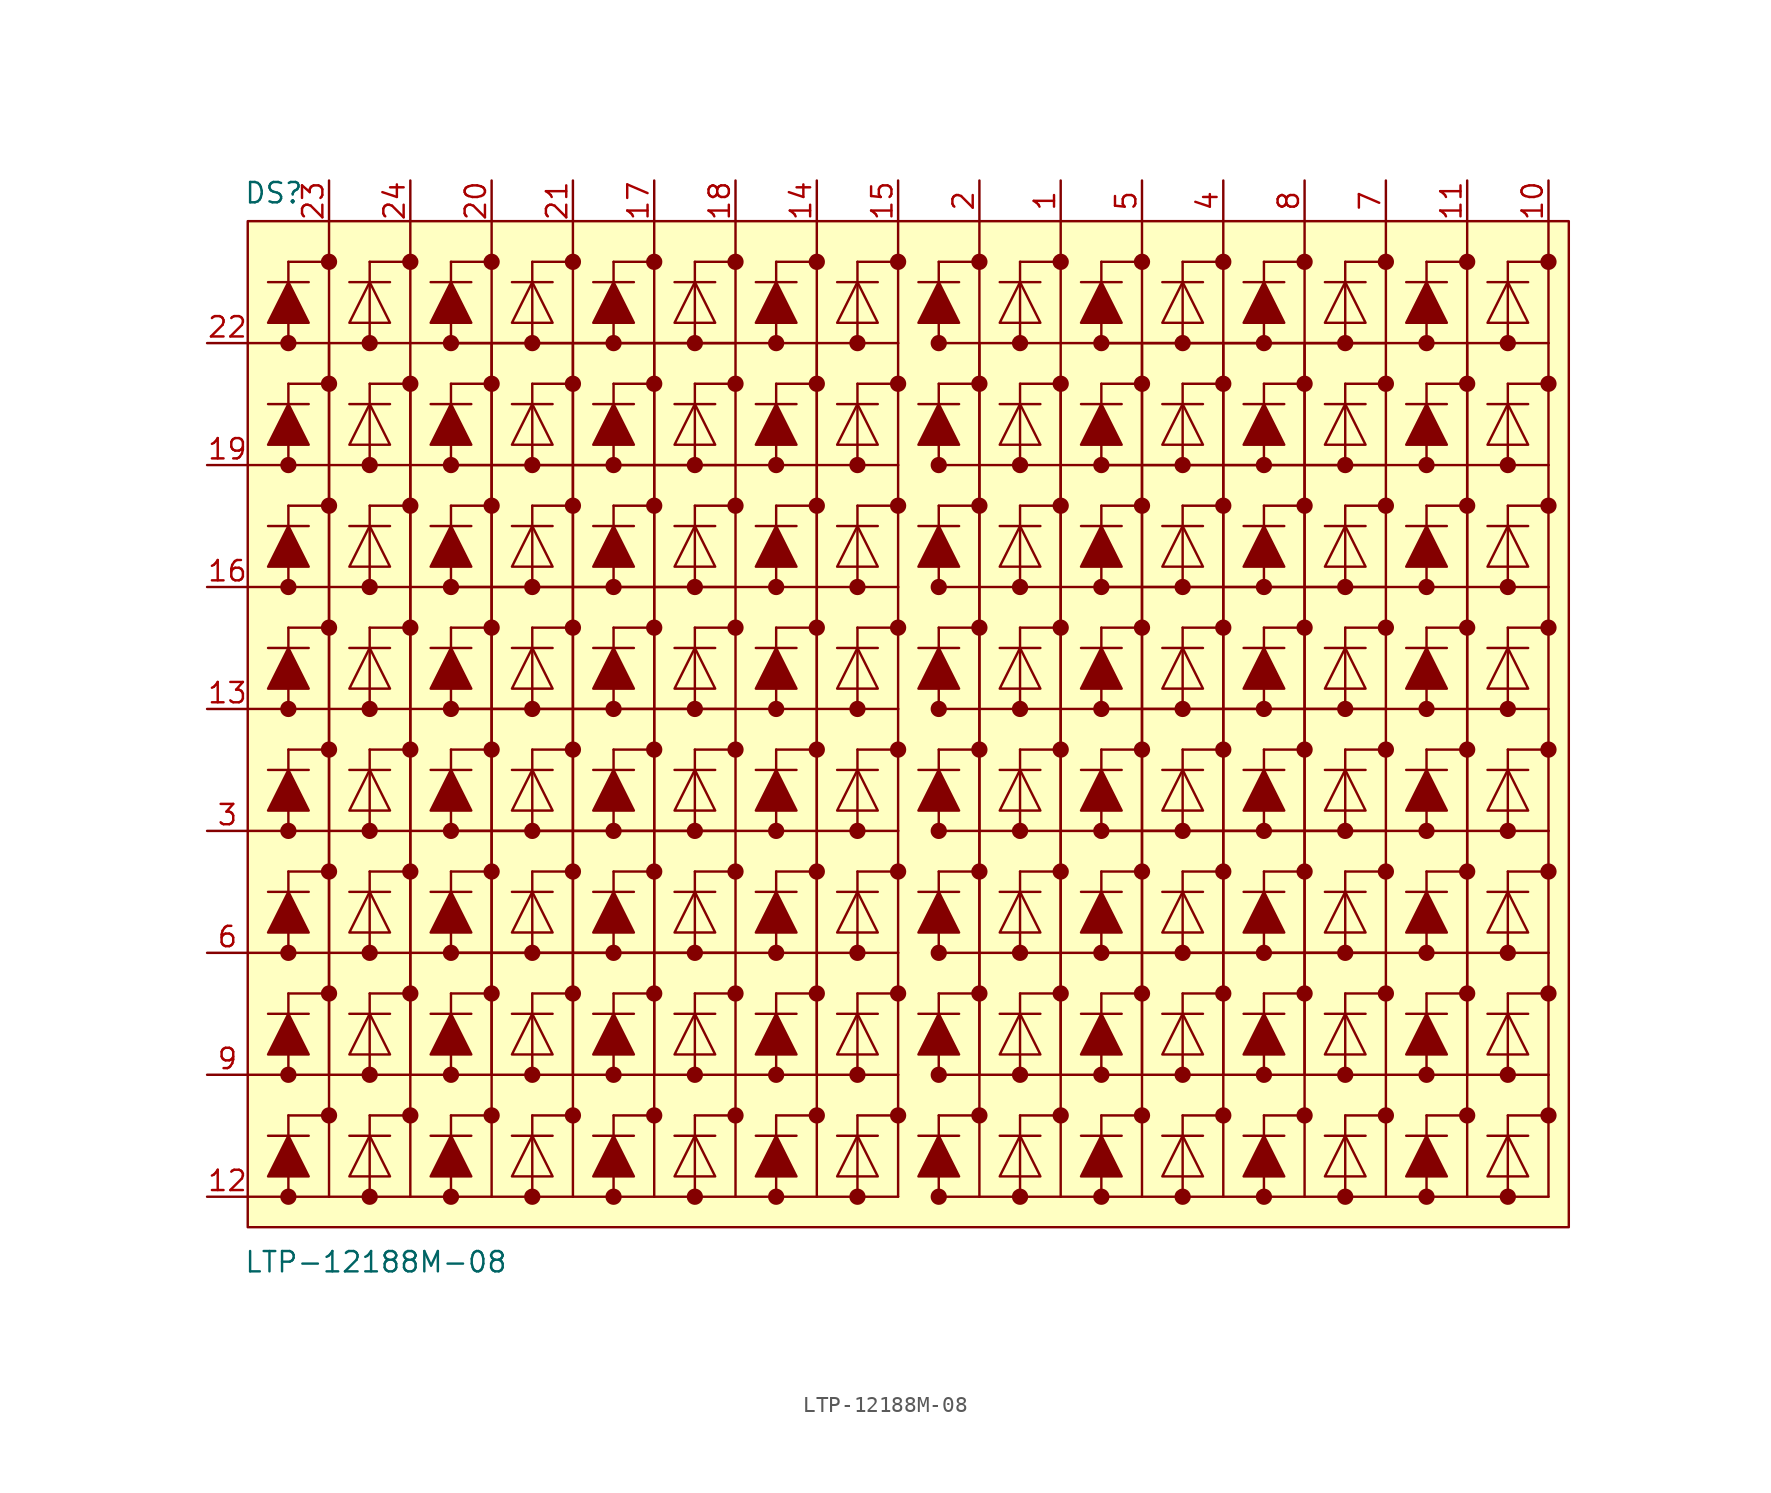
<source format=kicad_sym>
(kicad_symbol_lib
  (version 20241209)
  (generator "kicad_symbol_editor")
  (generator_version "9.0")
  (symbol "LTP-12188M-08"
    (pin_names
      (offset 1.016))
    (property "Reference" "DS"
      (at -51.054 -1.524 0)
      (effects (font (size 1.27 1.27)) (justify left bottom)))
    (property "Value" "LTP-12188M-08"
      (at -51.054 -68.326 0)
      (effects (font (size 1.27 1.27)) (justify left bottom)))
    (symbol "LTP-12188M-08_0_0"
      (rectangle (start -50.8 -2.54) (end 31.75 -65.405) (stroke (width 0.152) (type default)) (fill (type background)))
      (polyline (pts (xy -50.8 -10.16) (xy -48.26 -10.16)) (stroke (width 0.152) (type default)) (fill (type none)))
      (polyline (pts (xy -50.8 -17.78) (xy -48.26 -17.78)) (stroke (width 0.152) (type default)) (fill (type none)))
      (polyline (pts (xy -50.8 -25.4) (xy -48.26 -25.4)) (stroke (width 0.152) (type default)) (fill (type none)))
      (polyline (pts (xy -50.8 -33.02) (xy -48.26 -33.02)) (stroke (width 0.152) (type default)) (fill (type none)))
      (polyline (pts (xy -50.8 -40.64) (xy -48.26 -40.64)) (stroke (width 0.152) (type default)) (fill (type none)))
      (polyline (pts (xy -50.8 -48.26) (xy -48.26 -48.26)) (stroke (width 0.152) (type default)) (fill (type none)))
      (polyline (pts (xy -50.8 -55.88) (xy -48.26 -55.88)) (stroke (width 0.152) (type default)) (fill (type none)))
      (polyline (pts (xy -50.8 -63.5) (xy -48.26 -63.5)) (stroke (width 0.152) (type default)) (fill (type none)))
      (polyline (pts (xy -49.53 -6.35) (xy -46.99 -6.35)) (stroke (width 0.152) (type default)) (fill (type none)))
      (polyline (pts (xy -49.53 -8.89) (xy -48.26 -6.35) (xy -46.99 -8.89) (xy -49.53 -8.89)) (stroke (width 0.152) (type default)) (fill (type outline)))
      (polyline (pts (xy -49.53 -13.97) (xy -46.99 -13.97)) (stroke (width 0.152) (type default)) (fill (type none)))
      (polyline (pts (xy -49.53 -16.51) (xy -48.26 -13.97) (xy -46.99 -16.51) (xy -49.53 -16.51)) (stroke (width 0.152) (type default)) (fill (type outline)))
      (polyline (pts (xy -49.53 -21.59) (xy -46.99 -21.59)) (stroke (width 0.152) (type default)) (fill (type none)))
      (polyline (pts (xy -49.53 -24.13) (xy -48.26 -21.59) (xy -46.99 -24.13) (xy -49.53 -24.13)) (stroke (width 0.152) (type default)) (fill (type outline)))
      (polyline (pts (xy -49.53 -29.21) (xy -46.99 -29.21)) (stroke (width 0.152) (type default)) (fill (type none)))
      (polyline (pts (xy -49.53 -31.75) (xy -48.26 -29.21) (xy -46.99 -31.75) (xy -49.53 -31.75)) (stroke (width 0.152) (type default)) (fill (type outline)))
      (polyline (pts (xy -49.53 -36.83) (xy -46.99 -36.83)) (stroke (width 0.152) (type default)) (fill (type none)))
      (polyline (pts (xy -49.53 -39.37) (xy -48.26 -36.83) (xy -46.99 -39.37) (xy -49.53 -39.37)) (stroke (width 0.152) (type default)) (fill (type outline)))
      (polyline (pts (xy -49.53 -44.45) (xy -46.99 -44.45)) (stroke (width 0.152) (type default)) (fill (type none)))
      (polyline (pts (xy -49.53 -46.99) (xy -48.26 -44.45) (xy -46.99 -46.99) (xy -49.53 -46.99)) (stroke (width 0.152) (type default)) (fill (type outline)))
      (polyline (pts (xy -49.53 -52.07) (xy -46.99 -52.07)) (stroke (width 0.152) (type default)) (fill (type none)))
      (polyline (pts (xy -49.53 -54.61) (xy -48.26 -52.07) (xy -46.99 -54.61) (xy -49.53 -54.61)) (stroke (width 0.152) (type default)) (fill (type outline)))
      (polyline (pts (xy -49.53 -59.69) (xy -46.99 -59.69)) (stroke (width 0.152) (type default)) (fill (type none)))
      (polyline (pts (xy -49.53 -62.23) (xy -48.26 -59.69) (xy -46.99 -62.23) (xy -49.53 -62.23)) (stroke (width 0.152) (type default)) (fill (type outline)))
      (circle (center -48.26 -10.16) (radius 0.254) (stroke (width 0.508) (type default)) (fill (type none)))
      (polyline (pts (xy -48.26 -10.16) (xy -48.26 -5.08)) (stroke (width 0.152) (type default)) (fill (type none)))
      (polyline (pts (xy -48.26 -10.16) (xy -22.86 -10.16)) (stroke (width 0.152) (type default)) (fill (type none)))
      (circle (center -48.26 -17.78) (radius 0.254) (stroke (width 0.508) (type default)) (fill (type none)))
      (polyline (pts (xy -48.26 -17.78) (xy -48.26 -12.7)) (stroke (width 0.152) (type default)) (fill (type none)))
      (polyline (pts (xy -48.26 -17.78) (xy -22.86 -17.78)) (stroke (width 0.152) (type default)) (fill (type none)))
      (circle (center -48.26 -25.4) (radius 0.254) (stroke (width 0.508) (type default)) (fill (type none)))
      (polyline (pts (xy -48.26 -25.4) (xy -48.26 -20.32)) (stroke (width 0.152) (type default)) (fill (type none)))
      (polyline (pts (xy -48.26 -25.4) (xy -22.86 -25.4)) (stroke (width 0.152) (type default)) (fill (type none)))
      (circle (center -48.26 -33.02) (radius 0.254) (stroke (width 0.508) (type default)) (fill (type none)))
      (polyline (pts (xy -48.26 -33.02) (xy -48.26 -27.94)) (stroke (width 0.152) (type default)) (fill (type none)))
      (polyline (pts (xy -48.26 -33.02) (xy -22.86 -33.02)) (stroke (width 0.152) (type default)) (fill (type none)))
      (circle (center -48.26 -40.64) (radius 0.254) (stroke (width 0.508) (type default)) (fill (type none)))
      (polyline (pts (xy -48.26 -40.64) (xy -48.26 -35.56)) (stroke (width 0.152) (type default)) (fill (type none)))
      (polyline (pts (xy -48.26 -40.64) (xy -22.86 -40.64)) (stroke (width 0.152) (type default)) (fill (type none)))
      (circle (center -48.26 -48.26) (radius 0.254) (stroke (width 0.508) (type default)) (fill (type none)))
      (polyline (pts (xy -48.26 -48.26) (xy -48.26 -43.18)) (stroke (width 0.152) (type default)) (fill (type none)))
      (polyline (pts (xy -48.26 -48.26) (xy -22.86 -48.26)) (stroke (width 0.152) (type default)) (fill (type none)))
      (circle (center -48.26 -55.88) (radius 0.254) (stroke (width 0.508) (type default)) (fill (type none)))
      (polyline (pts (xy -48.26 -55.88) (xy -48.26 -50.8)) (stroke (width 0.152) (type default)) (fill (type none)))
      (polyline (pts (xy -48.26 -55.88) (xy -45.72 -55.88)) (stroke (width 0.152) (type default)) (fill (type none)))
      (circle (center -48.26 -63.5) (radius 0.254) (stroke (width 0.508) (type default)) (fill (type none)))
      (polyline (pts (xy -48.26 -63.5) (xy -48.26 -58.42)) (stroke (width 0.152) (type default)) (fill (type none)))
      (polyline (pts (xy -48.26 -63.5) (xy -45.72 -63.5)) (stroke (width 0.152) (type default)) (fill (type none)))
      (polyline (pts (xy -45.72 -2.54) (xy -45.72 -50.8)) (stroke (width 0.152) (type default)) (fill (type none)))
      (circle (center -45.72 -5.08) (radius 0.254) (stroke (width 0.508) (type default)) (fill (type none)))
      (polyline (pts (xy -45.72 -5.08) (xy -48.26 -5.08)) (stroke (width 0.152) (type default)) (fill (type none)))
      (polyline (pts (xy -45.72 -10.16) (xy -45.72 -58.42)) (stroke (width 0.152) (type default)) (fill (type none)))
      (circle (center -45.72 -12.7) (radius 0.254) (stroke (width 0.508) (type default)) (fill (type none)))
      (polyline (pts (xy -45.72 -12.7) (xy -48.26 -12.7)) (stroke (width 0.152) (type default)) (fill (type none)))
      (circle (center -45.72 -20.32) (radius 0.254) (stroke (width 0.508) (type default)) (fill (type none)))
      (polyline (pts (xy -45.72 -20.32) (xy -48.26 -20.32)) (stroke (width 0.152) (type default)) (fill (type none)))
      (circle (center -45.72 -27.94) (radius 0.254) (stroke (width 0.508) (type default)) (fill (type none)))
      (polyline (pts (xy -45.72 -27.94) (xy -48.26 -27.94)) (stroke (width 0.152) (type default)) (fill (type none)))
      (circle (center -45.72 -35.56) (radius 0.254) (stroke (width 0.508) (type default)) (fill (type none)))
      (polyline (pts (xy -45.72 -35.56) (xy -48.26 -35.56)) (stroke (width 0.152) (type default)) (fill (type none)))
      (circle (center -45.72 -43.18) (radius 0.254) (stroke (width 0.508) (type default)) (fill (type none)))
      (polyline (pts (xy -45.72 -43.18) (xy -48.26 -43.18)) (stroke (width 0.152) (type default)) (fill (type none)))
      (circle (center -45.72 -50.8) (radius 0.254) (stroke (width 0.508) (type default)) (fill (type none)))
      (polyline (pts (xy -45.72 -50.8) (xy -48.26 -50.8)) (stroke (width 0.152) (type default)) (fill (type none)))
      (polyline (pts (xy -45.72 -50.8) (xy -45.72 -55.88)) (stroke (width 0.152) (type default)) (fill (type none)))
      (polyline (pts (xy -45.72 -55.88) (xy -40.64 -55.88)) (stroke (width 0.152) (type default)) (fill (type none)))
      (circle (center -45.72 -58.42) (radius 0.254) (stroke (width 0.508) (type default)) (fill (type none)))
      (polyline (pts (xy -45.72 -58.42) (xy -48.26 -58.42)) (stroke (width 0.152) (type default)) (fill (type none)))
      (polyline (pts (xy -45.72 -58.42) (xy -45.72 -63.5)) (stroke (width 0.152) (type default)) (fill (type none)))
      (polyline (pts (xy -45.72 -63.5) (xy -40.64 -63.5)) (stroke (width 0.152) (type default)) (fill (type none)))
      (polyline (pts (xy -44.45 -6.35) (xy -41.91 -6.35)) (stroke (width 0.152) (type default)) (fill (type none)))
      (polyline (pts (xy -44.45 -8.89) (xy -43.18 -6.35) (xy -41.91 -8.89) (xy -44.45 -8.89)) (stroke (width 0.152) (type default)) (fill (type none)))
      (polyline (pts (xy -44.45 -13.97) (xy -41.91 -13.97)) (stroke (width 0.152) (type default)) (fill (type none)))
      (polyline (pts (xy -44.45 -16.51) (xy -43.18 -13.97) (xy -41.91 -16.51) (xy -44.45 -16.51)) (stroke (width 0.152) (type default)) (fill (type none)))
      (polyline (pts (xy -44.45 -21.59) (xy -41.91 -21.59)) (stroke (width 0.152) (type default)) (fill (type none)))
      (polyline (pts (xy -44.45 -24.13) (xy -43.18 -21.59) (xy -41.91 -24.13) (xy -44.45 -24.13)) (stroke (width 0.152) (type default)) (fill (type none)))
      (polyline (pts (xy -44.45 -29.21) (xy -41.91 -29.21)) (stroke (width 0.152) (type default)) (fill (type none)))
      (polyline (pts (xy -44.45 -31.75) (xy -43.18 -29.21) (xy -41.91 -31.75) (xy -44.45 -31.75)) (stroke (width 0.152) (type default)) (fill (type none)))
      (polyline (pts (xy -44.45 -36.83) (xy -41.91 -36.83)) (stroke (width 0.152) (type default)) (fill (type none)))
      (polyline (pts (xy -44.45 -39.37) (xy -43.18 -36.83) (xy -41.91 -39.37) (xy -44.45 -39.37)) (stroke (width 0.152) (type default)) (fill (type none)))
      (polyline (pts (xy -44.45 -44.45) (xy -41.91 -44.45)) (stroke (width 0.152) (type default)) (fill (type none)))
      (polyline (pts (xy -44.45 -46.99) (xy -43.18 -44.45) (xy -41.91 -46.99) (xy -44.45 -46.99)) (stroke (width 0.152) (type default)) (fill (type none)))
      (polyline (pts (xy -44.45 -52.07) (xy -41.91 -52.07)) (stroke (width 0.152) (type default)) (fill (type none)))
      (polyline (pts (xy -44.45 -54.61) (xy -43.18 -52.07) (xy -41.91 -54.61) (xy -44.45 -54.61)) (stroke (width 0.152) (type default)) (fill (type none)))
      (polyline (pts (xy -44.45 -59.69) (xy -41.91 -59.69)) (stroke (width 0.152) (type default)) (fill (type none)))
      (polyline (pts (xy -44.45 -62.23) (xy -43.18 -59.69) (xy -41.91 -62.23) (xy -44.45 -62.23)) (stroke (width 0.152) (type default)) (fill (type none)))
      (circle (center -43.18 -10.16) (radius 0.254) (stroke (width 0.508) (type default)) (fill (type none)))
      (polyline (pts (xy -43.18 -10.16) (xy -43.18 -5.08)) (stroke (width 0.152) (type default)) (fill (type none)))
      (circle (center -43.18 -17.78) (radius 0.254) (stroke (width 0.508) (type default)) (fill (type none)))
      (polyline (pts (xy -43.18 -17.78) (xy -43.18 -12.7)) (stroke (width 0.152) (type default)) (fill (type none)))
      (circle (center -43.18 -25.4) (radius 0.254) (stroke (width 0.508) (type default)) (fill (type none)))
      (polyline (pts (xy -43.18 -25.4) (xy -43.18 -20.32)) (stroke (width 0.152) (type default)) (fill (type none)))
      (circle (center -43.18 -33.02) (radius 0.254) (stroke (width 0.508) (type default)) (fill (type none)))
      (polyline (pts (xy -43.18 -33.02) (xy -43.18 -27.94)) (stroke (width 0.152) (type default)) (fill (type none)))
      (circle (center -43.18 -40.64) (radius 0.254) (stroke (width 0.508) (type default)) (fill (type none)))
      (polyline (pts (xy -43.18 -40.64) (xy -43.18 -35.56)) (stroke (width 0.152) (type default)) (fill (type none)))
      (circle (center -43.18 -48.26) (radius 0.254) (stroke (width 0.508) (type default)) (fill (type none)))
      (polyline (pts (xy -43.18 -48.26) (xy -43.18 -43.18)) (stroke (width 0.152) (type default)) (fill (type none)))
      (circle (center -43.18 -55.88) (radius 0.254) (stroke (width 0.508) (type default)) (fill (type none)))
      (polyline (pts (xy -43.18 -55.88) (xy -43.18 -50.8)) (stroke (width 0.152) (type default)) (fill (type none)))
      (circle (center -43.18 -63.5) (radius 0.254) (stroke (width 0.508) (type default)) (fill (type none)))
      (polyline (pts (xy -43.18 -63.5) (xy -43.18 -58.42)) (stroke (width 0.152) (type default)) (fill (type none)))
      (polyline (pts (xy -40.64 -2.54) (xy -40.64 -5.08)) (stroke (width 0.152) (type default)) (fill (type none)))
      (circle (center -40.64 -5.08) (radius 0.254) (stroke (width 0.508) (type default)) (fill (type none)))
      (polyline (pts (xy -40.64 -5.08) (xy -43.18 -5.08)) (stroke (width 0.152) (type default)) (fill (type none)))
      (polyline (pts (xy -40.64 -5.08) (xy -40.64 -50.8)) (stroke (width 0.152) (type default)) (fill (type none)))
      (circle (center -40.64 -12.7) (radius 0.254) (stroke (width 0.508) (type default)) (fill (type none)))
      (polyline (pts (xy -40.64 -12.7) (xy -43.18 -12.7)) (stroke (width 0.152) (type default)) (fill (type none)))
      (polyline (pts (xy -40.64 -12.7) (xy -40.64 -58.42)) (stroke (width 0.152) (type default)) (fill (type none)))
      (circle (center -40.64 -20.32) (radius 0.254) (stroke (width 0.508) (type default)) (fill (type none)))
      (polyline (pts (xy -40.64 -20.32) (xy -43.18 -20.32)) (stroke (width 0.152) (type default)) (fill (type none)))
      (circle (center -40.64 -27.94) (radius 0.254) (stroke (width 0.508) (type default)) (fill (type none)))
      (polyline (pts (xy -40.64 -27.94) (xy -43.18 -27.94)) (stroke (width 0.152) (type default)) (fill (type none)))
      (circle (center -40.64 -35.56) (radius 0.254) (stroke (width 0.508) (type default)) (fill (type none)))
      (polyline (pts (xy -40.64 -35.56) (xy -43.18 -35.56)) (stroke (width 0.152) (type default)) (fill (type none)))
      (circle (center -40.64 -43.18) (radius 0.254) (stroke (width 0.508) (type default)) (fill (type none)))
      (polyline (pts (xy -40.64 -43.18) (xy -43.18 -43.18)) (stroke (width 0.152) (type default)) (fill (type none)))
      (circle (center -40.64 -50.8) (radius 0.254) (stroke (width 0.508) (type default)) (fill (type none)))
      (polyline (pts (xy -40.64 -50.8) (xy -43.18 -50.8)) (stroke (width 0.152) (type default)) (fill (type none)))
      (polyline (pts (xy -40.64 -50.8) (xy -40.64 -55.88)) (stroke (width 0.152) (type default)) (fill (type none)))
      (polyline (pts (xy -40.64 -55.88) (xy -35.56 -55.88)) (stroke (width 0.152) (type default)) (fill (type none)))
      (circle (center -40.64 -58.42) (radius 0.254) (stroke (width 0.508) (type default)) (fill (type none)))
      (polyline (pts (xy -40.64 -58.42) (xy -43.18 -58.42)) (stroke (width 0.152) (type default)) (fill (type none)))
      (polyline (pts (xy -40.64 -58.42) (xy -40.64 -63.5)) (stroke (width 0.152) (type default)) (fill (type none)))
      (polyline (pts (xy -40.64 -63.5) (xy -35.56 -63.5)) (stroke (width 0.152) (type default)) (fill (type none)))
      (polyline (pts (xy -39.37 -6.35) (xy -36.83 -6.35)) (stroke (width 0.152) (type default)) (fill (type none)))
      (polyline (pts (xy -39.37 -8.89) (xy -38.1 -6.35) (xy -36.83 -8.89) (xy -39.37 -8.89)) (stroke (width 0.152) (type default)) (fill (type outline)))
      (polyline (pts (xy -39.37 -13.97) (xy -36.83 -13.97)) (stroke (width 0.152) (type default)) (fill (type none)))
      (polyline (pts (xy -39.37 -16.51) (xy -38.1 -13.97) (xy -36.83 -16.51) (xy -39.37 -16.51)) (stroke (width 0.152) (type default)) (fill (type outline)))
      (polyline (pts (xy -39.37 -21.59) (xy -36.83 -21.59)) (stroke (width 0.152) (type default)) (fill (type none)))
      (polyline (pts (xy -39.37 -24.13) (xy -38.1 -21.59) (xy -36.83 -24.13) (xy -39.37 -24.13)) (stroke (width 0.152) (type default)) (fill (type outline)))
      (polyline (pts (xy -39.37 -29.21) (xy -36.83 -29.21)) (stroke (width 0.152) (type default)) (fill (type none)))
      (polyline (pts (xy -39.37 -31.75) (xy -38.1 -29.21) (xy -36.83 -31.75) (xy -39.37 -31.75)) (stroke (width 0.152) (type default)) (fill (type outline)))
      (polyline (pts (xy -39.37 -36.83) (xy -36.83 -36.83)) (stroke (width 0.152) (type default)) (fill (type none)))
      (polyline (pts (xy -39.37 -39.37) (xy -38.1 -36.83) (xy -36.83 -39.37) (xy -39.37 -39.37)) (stroke (width 0.152) (type default)) (fill (type outline)))
      (polyline (pts (xy -39.37 -44.45) (xy -36.83 -44.45)) (stroke (width 0.152) (type default)) (fill (type none)))
      (polyline (pts (xy -39.37 -46.99) (xy -38.1 -44.45) (xy -36.83 -46.99) (xy -39.37 -46.99)) (stroke (width 0.152) (type default)) (fill (type outline)))
      (polyline (pts (xy -39.37 -52.07) (xy -36.83 -52.07)) (stroke (width 0.152) (type default)) (fill (type none)))
      (polyline (pts (xy -39.37 -54.61) (xy -38.1 -52.07) (xy -36.83 -54.61) (xy -39.37 -54.61)) (stroke (width 0.152) (type default)) (fill (type outline)))
      (polyline (pts (xy -39.37 -59.69) (xy -36.83 -59.69)) (stroke (width 0.152) (type default)) (fill (type none)))
      (polyline (pts (xy -39.37 -62.23) (xy -38.1 -59.69) (xy -36.83 -62.23) (xy -39.37 -62.23)) (stroke (width 0.152) (type default)) (fill (type outline)))
      (circle (center -38.1 -10.16) (radius 0.254) (stroke (width 0.508) (type default)) (fill (type none)))
      (polyline (pts (xy -38.1 -10.16) (xy -38.1 -5.08)) (stroke (width 0.152) (type default)) (fill (type none)))
      (polyline (pts (xy -38.1 -10.16) (xy -12.7 -10.16)) (stroke (width 0.152) (type default)) (fill (type none)))
      (circle (center -38.1 -17.78) (radius 0.254) (stroke (width 0.508) (type default)) (fill (type none)))
      (polyline (pts (xy -38.1 -17.78) (xy -38.1 -12.7)) (stroke (width 0.152) (type default)) (fill (type none)))
      (polyline (pts (xy -38.1 -17.78) (xy -12.7 -17.78)) (stroke (width 0.152) (type default)) (fill (type none)))
      (circle (center -38.1 -25.4) (radius 0.254) (stroke (width 0.508) (type default)) (fill (type none)))
      (polyline (pts (xy -38.1 -25.4) (xy -38.1 -20.32)) (stroke (width 0.152) (type default)) (fill (type none)))
      (polyline (pts (xy -38.1 -25.4) (xy -12.7 -25.4)) (stroke (width 0.152) (type default)) (fill (type none)))
      (circle (center -38.1 -33.02) (radius 0.254) (stroke (width 0.508) (type default)) (fill (type none)))
      (polyline (pts (xy -38.1 -33.02) (xy -38.1 -27.94)) (stroke (width 0.152) (type default)) (fill (type none)))
      (polyline (pts (xy -38.1 -33.02) (xy -12.7 -33.02)) (stroke (width 0.152) (type default)) (fill (type none)))
      (circle (center -38.1 -40.64) (radius 0.254) (stroke (width 0.508) (type default)) (fill (type none)))
      (polyline (pts (xy -38.1 -40.64) (xy -38.1 -35.56)) (stroke (width 0.152) (type default)) (fill (type none)))
      (polyline (pts (xy -38.1 -40.64) (xy -12.7 -40.64)) (stroke (width 0.152) (type default)) (fill (type none)))
      (circle (center -38.1 -48.26) (radius 0.254) (stroke (width 0.508) (type default)) (fill (type none)))
      (polyline (pts (xy -38.1 -48.26) (xy -38.1 -43.18)) (stroke (width 0.152) (type default)) (fill (type none)))
      (polyline (pts (xy -38.1 -48.26) (xy -12.7 -48.26)) (stroke (width 0.152) (type default)) (fill (type none)))
      (circle (center -38.1 -55.88) (radius 0.254) (stroke (width 0.508) (type default)) (fill (type none)))
      (polyline (pts (xy -38.1 -55.88) (xy -38.1 -50.8)) (stroke (width 0.152) (type default)) (fill (type none)))
      (circle (center -38.1 -63.5) (radius 0.254) (stroke (width 0.508) (type default)) (fill (type none)))
      (polyline (pts (xy -38.1 -63.5) (xy -38.1 -58.42)) (stroke (width 0.152) (type default)) (fill (type none)))
      (polyline (pts (xy -35.56 -2.54) (xy -35.56 -50.8)) (stroke (width 0.152) (type default)) (fill (type none)))
      (circle (center -35.56 -5.08) (radius 0.254) (stroke (width 0.508) (type default)) (fill (type none)))
      (polyline (pts (xy -35.56 -5.08) (xy -38.1 -5.08)) (stroke (width 0.152) (type default)) (fill (type none)))
      (polyline (pts (xy -35.56 -10.16) (xy -35.56 -58.42)) (stroke (width 0.152) (type default)) (fill (type none)))
      (circle (center -35.56 -12.7) (radius 0.254) (stroke (width 0.508) (type default)) (fill (type none)))
      (polyline (pts (xy -35.56 -12.7) (xy -38.1 -12.7)) (stroke (width 0.152) (type default)) (fill (type none)))
      (circle (center -35.56 -20.32) (radius 0.254) (stroke (width 0.508) (type default)) (fill (type none)))
      (polyline (pts (xy -35.56 -20.32) (xy -38.1 -20.32)) (stroke (width 0.152) (type default)) (fill (type none)))
      (circle (center -35.56 -27.94) (radius 0.254) (stroke (width 0.508) (type default)) (fill (type none)))
      (polyline (pts (xy -35.56 -27.94) (xy -38.1 -27.94)) (stroke (width 0.152) (type default)) (fill (type none)))
      (circle (center -35.56 -35.56) (radius 0.254) (stroke (width 0.508) (type default)) (fill (type none)))
      (polyline (pts (xy -35.56 -35.56) (xy -38.1 -35.56)) (stroke (width 0.152) (type default)) (fill (type none)))
      (circle (center -35.56 -43.18) (radius 0.254) (stroke (width 0.508) (type default)) (fill (type none)))
      (polyline (pts (xy -35.56 -43.18) (xy -38.1 -43.18)) (stroke (width 0.152) (type default)) (fill (type none)))
      (circle (center -35.56 -50.8) (radius 0.254) (stroke (width 0.508) (type default)) (fill (type none)))
      (polyline (pts (xy -35.56 -50.8) (xy -38.1 -50.8)) (stroke (width 0.152) (type default)) (fill (type none)))
      (polyline (pts (xy -35.56 -50.8) (xy -35.56 -55.88)) (stroke (width 0.152) (type default)) (fill (type none)))
      (polyline (pts (xy -35.56 -55.88) (xy -30.48 -55.88)) (stroke (width 0.152) (type default)) (fill (type none)))
      (circle (center -35.56 -58.42) (radius 0.254) (stroke (width 0.508) (type default)) (fill (type none)))
      (polyline (pts (xy -35.56 -58.42) (xy -38.1 -58.42)) (stroke (width 0.152) (type default)) (fill (type none)))
      (polyline (pts (xy -35.56 -58.42) (xy -35.56 -63.5)) (stroke (width 0.152) (type default)) (fill (type none)))
      (polyline (pts (xy -35.56 -63.5) (xy -30.48 -63.5)) (stroke (width 0.152) (type default)) (fill (type none)))
      (polyline (pts (xy -34.29 -6.35) (xy -31.75 -6.35)) (stroke (width 0.152) (type default)) (fill (type none)))
      (polyline (pts (xy -34.29 -8.89) (xy -33.02 -6.35) (xy -31.75 -8.89) (xy -34.29 -8.89)) (stroke (width 0.152) (type default)) (fill (type none)))
      (polyline (pts (xy -34.29 -13.97) (xy -31.75 -13.97)) (stroke (width 0.152) (type default)) (fill (type none)))
      (polyline (pts (xy -34.29 -16.51) (xy -33.02 -13.97) (xy -31.75 -16.51) (xy -34.29 -16.51)) (stroke (width 0.152) (type default)) (fill (type none)))
      (polyline (pts (xy -34.29 -21.59) (xy -31.75 -21.59)) (stroke (width 0.152) (type default)) (fill (type none)))
      (polyline (pts (xy -34.29 -24.13) (xy -33.02 -21.59) (xy -31.75 -24.13) (xy -34.29 -24.13)) (stroke (width 0.152) (type default)) (fill (type none)))
      (polyline (pts (xy -34.29 -29.21) (xy -31.75 -29.21)) (stroke (width 0.152) (type default)) (fill (type none)))
      (polyline (pts (xy -34.29 -31.75) (xy -33.02 -29.21) (xy -31.75 -31.75) (xy -34.29 -31.75)) (stroke (width 0.152) (type default)) (fill (type none)))
      (polyline (pts (xy -34.29 -36.83) (xy -31.75 -36.83)) (stroke (width 0.152) (type default)) (fill (type none)))
      (polyline (pts (xy -34.29 -39.37) (xy -33.02 -36.83) (xy -31.75 -39.37) (xy -34.29 -39.37)) (stroke (width 0.152) (type default)) (fill (type none)))
      (polyline (pts (xy -34.29 -44.45) (xy -31.75 -44.45)) (stroke (width 0.152) (type default)) (fill (type none)))
      (polyline (pts (xy -34.29 -46.99) (xy -33.02 -44.45) (xy -31.75 -46.99) (xy -34.29 -46.99)) (stroke (width 0.152) (type default)) (fill (type none)))
      (polyline (pts (xy -34.29 -52.07) (xy -31.75 -52.07)) (stroke (width 0.152) (type default)) (fill (type none)))
      (polyline (pts (xy -34.29 -54.61) (xy -33.02 -52.07) (xy -31.75 -54.61) (xy -34.29 -54.61)) (stroke (width 0.152) (type default)) (fill (type none)))
      (polyline (pts (xy -34.29 -59.69) (xy -31.75 -59.69)) (stroke (width 0.152) (type default)) (fill (type none)))
      (polyline (pts (xy -34.29 -62.23) (xy -33.02 -59.69) (xy -31.75 -62.23) (xy -34.29 -62.23)) (stroke (width 0.152) (type default)) (fill (type none)))
      (circle (center -33.02 -10.16) (radius 0.254) (stroke (width 0.508) (type default)) (fill (type none)))
      (polyline (pts (xy -33.02 -10.16) (xy -33.02 -5.08)) (stroke (width 0.152) (type default)) (fill (type none)))
      (circle (center -33.02 -17.78) (radius 0.254) (stroke (width 0.508) (type default)) (fill (type none)))
      (polyline (pts (xy -33.02 -17.78) (xy -33.02 -12.7)) (stroke (width 0.152) (type default)) (fill (type none)))
      (circle (center -33.02 -25.4) (radius 0.254) (stroke (width 0.508) (type default)) (fill (type none)))
      (polyline (pts (xy -33.02 -25.4) (xy -33.02 -20.32)) (stroke (width 0.152) (type default)) (fill (type none)))
      (circle (center -33.02 -33.02) (radius 0.254) (stroke (width 0.508) (type default)) (fill (type none)))
      (polyline (pts (xy -33.02 -33.02) (xy -33.02 -27.94)) (stroke (width 0.152) (type default)) (fill (type none)))
      (circle (center -33.02 -40.64) (radius 0.254) (stroke (width 0.508) (type default)) (fill (type none)))
      (polyline (pts (xy -33.02 -40.64) (xy -33.02 -35.56)) (stroke (width 0.152) (type default)) (fill (type none)))
      (circle (center -33.02 -48.26) (radius 0.254) (stroke (width 0.508) (type default)) (fill (type none)))
      (polyline (pts (xy -33.02 -48.26) (xy -33.02 -43.18)) (stroke (width 0.152) (type default)) (fill (type none)))
      (circle (center -33.02 -55.88) (radius 0.254) (stroke (width 0.508) (type default)) (fill (type none)))
      (polyline (pts (xy -33.02 -55.88) (xy -33.02 -50.8)) (stroke (width 0.152) (type default)) (fill (type none)))
      (circle (center -33.02 -63.5) (radius 0.254) (stroke (width 0.508) (type default)) (fill (type none)))
      (polyline (pts (xy -33.02 -63.5) (xy -33.02 -58.42)) (stroke (width 0.152) (type default)) (fill (type none)))
      (polyline (pts (xy -30.48 -2.54) (xy -30.48 -50.8)) (stroke (width 0.152) (type default)) (fill (type none)))
      (circle (center -30.48 -5.08) (radius 0.254) (stroke (width 0.508) (type default)) (fill (type none)))
      (polyline (pts (xy -30.48 -5.08) (xy -33.02 -5.08)) (stroke (width 0.152) (type default)) (fill (type none)))
      (polyline (pts (xy -30.48 -10.16) (xy -30.48 -58.42)) (stroke (width 0.152) (type default)) (fill (type none)))
      (circle (center -30.48 -12.7) (radius 0.254) (stroke (width 0.508) (type default)) (fill (type none)))
      (polyline (pts (xy -30.48 -12.7) (xy -33.02 -12.7)) (stroke (width 0.152) (type default)) (fill (type none)))
      (circle (center -30.48 -20.32) (radius 0.254) (stroke (width 0.508) (type default)) (fill (type none)))
      (polyline (pts (xy -30.48 -20.32) (xy -33.02 -20.32)) (stroke (width 0.152) (type default)) (fill (type none)))
      (circle (center -30.48 -27.94) (radius 0.254) (stroke (width 0.508) (type default)) (fill (type none)))
      (polyline (pts (xy -30.48 -27.94) (xy -33.02 -27.94)) (stroke (width 0.152) (type default)) (fill (type none)))
      (circle (center -30.48 -35.56) (radius 0.254) (stroke (width 0.508) (type default)) (fill (type none)))
      (polyline (pts (xy -30.48 -35.56) (xy -33.02 -35.56)) (stroke (width 0.152) (type default)) (fill (type none)))
      (circle (center -30.48 -43.18) (radius 0.254) (stroke (width 0.508) (type default)) (fill (type none)))
      (polyline (pts (xy -30.48 -43.18) (xy -33.02 -43.18)) (stroke (width 0.152) (type default)) (fill (type none)))
      (circle (center -30.48 -50.8) (radius 0.254) (stroke (width 0.508) (type default)) (fill (type none)))
      (polyline (pts (xy -30.48 -50.8) (xy -33.02 -50.8)) (stroke (width 0.152) (type default)) (fill (type none)))
      (polyline (pts (xy -30.48 -50.8) (xy -30.48 -55.88)) (stroke (width 0.152) (type default)) (fill (type none)))
      (polyline (pts (xy -30.48 -55.88) (xy -25.4 -55.88)) (stroke (width 0.152) (type default)) (fill (type none)))
      (circle (center -30.48 -58.42) (radius 0.254) (stroke (width 0.508) (type default)) (fill (type none)))
      (polyline (pts (xy -30.48 -58.42) (xy -33.02 -58.42)) (stroke (width 0.152) (type default)) (fill (type none)))
      (polyline (pts (xy -30.48 -58.42) (xy -30.48 -63.5)) (stroke (width 0.152) (type default)) (fill (type none)))
      (polyline (pts (xy -30.48 -63.5) (xy -25.4 -63.5)) (stroke (width 0.152) (type default)) (fill (type none)))
      (polyline (pts (xy -29.21 -6.35) (xy -26.67 -6.35)) (stroke (width 0.152) (type default)) (fill (type none)))
      (polyline (pts (xy -29.21 -8.89) (xy -27.94 -6.35) (xy -26.67 -8.89) (xy -29.21 -8.89)) (stroke (width 0.152) (type default)) (fill (type outline)))
      (polyline (pts (xy -29.21 -13.97) (xy -26.67 -13.97)) (stroke (width 0.152) (type default)) (fill (type none)))
      (polyline (pts (xy -29.21 -16.51) (xy -27.94 -13.97) (xy -26.67 -16.51) (xy -29.21 -16.51)) (stroke (width 0.152) (type default)) (fill (type outline)))
      (polyline (pts (xy -29.21 -21.59) (xy -26.67 -21.59)) (stroke (width 0.152) (type default)) (fill (type none)))
      (polyline (pts (xy -29.21 -24.13) (xy -27.94 -21.59) (xy -26.67 -24.13) (xy -29.21 -24.13)) (stroke (width 0.152) (type default)) (fill (type outline)))
      (polyline (pts (xy -29.21 -29.21) (xy -26.67 -29.21)) (stroke (width 0.152) (type default)) (fill (type none)))
      (polyline (pts (xy -29.21 -31.75) (xy -27.94 -29.21) (xy -26.67 -31.75) (xy -29.21 -31.75)) (stroke (width 0.152) (type default)) (fill (type outline)))
      (polyline (pts (xy -29.21 -36.83) (xy -26.67 -36.83)) (stroke (width 0.152) (type default)) (fill (type none)))
      (polyline (pts (xy -29.21 -39.37) (xy -27.94 -36.83) (xy -26.67 -39.37) (xy -29.21 -39.37)) (stroke (width 0.152) (type default)) (fill (type outline)))
      (polyline (pts (xy -29.21 -44.45) (xy -26.67 -44.45)) (stroke (width 0.152) (type default)) (fill (type none)))
      (polyline (pts (xy -29.21 -46.99) (xy -27.94 -44.45) (xy -26.67 -46.99) (xy -29.21 -46.99)) (stroke (width 0.152) (type default)) (fill (type outline)))
      (polyline (pts (xy -29.21 -52.07) (xy -26.67 -52.07)) (stroke (width 0.152) (type default)) (fill (type none)))
      (polyline (pts (xy -29.21 -54.61) (xy -27.94 -52.07) (xy -26.67 -54.61) (xy -29.21 -54.61)) (stroke (width 0.152) (type default)) (fill (type outline)))
      (polyline (pts (xy -29.21 -59.69) (xy -26.67 -59.69)) (stroke (width 0.152) (type default)) (fill (type none)))
      (polyline (pts (xy -29.21 -62.23) (xy -27.94 -59.69) (xy -26.67 -62.23) (xy -29.21 -62.23)) (stroke (width 0.152) (type default)) (fill (type outline)))
      (circle (center -27.94 -10.16) (radius 0.254) (stroke (width 0.508) (type default)) (fill (type none)))
      (polyline (pts (xy -27.94 -10.16) (xy -27.94 -5.08)) (stroke (width 0.152) (type default)) (fill (type none)))
      (circle (center -27.94 -17.78) (radius 0.254) (stroke (width 0.508) (type default)) (fill (type none)))
      (polyline (pts (xy -27.94 -17.78) (xy -27.94 -12.7)) (stroke (width 0.152) (type default)) (fill (type none)))
      (circle (center -27.94 -25.4) (radius 0.254) (stroke (width 0.508) (type default)) (fill (type none)))
      (polyline (pts (xy -27.94 -25.4) (xy -27.94 -20.32)) (stroke (width 0.152) (type default)) (fill (type none)))
      (circle (center -27.94 -33.02) (radius 0.254) (stroke (width 0.508) (type default)) (fill (type none)))
      (polyline (pts (xy -27.94 -33.02) (xy -27.94 -27.94)) (stroke (width 0.152) (type default)) (fill (type none)))
      (circle (center -27.94 -40.64) (radius 0.254) (stroke (width 0.508) (type default)) (fill (type none)))
      (polyline (pts (xy -27.94 -40.64) (xy -27.94 -35.56)) (stroke (width 0.152) (type default)) (fill (type none)))
      (circle (center -27.94 -48.26) (radius 0.254) (stroke (width 0.508) (type default)) (fill (type none)))
      (polyline (pts (xy -27.94 -48.26) (xy -27.94 -43.18)) (stroke (width 0.152) (type default)) (fill (type none)))
      (circle (center -27.94 -55.88) (radius 0.254) (stroke (width 0.508) (type default)) (fill (type none)))
      (polyline (pts (xy -27.94 -55.88) (xy -27.94 -50.8)) (stroke (width 0.152) (type default)) (fill (type none)))
      (circle (center -27.94 -63.5) (radius 0.254) (stroke (width 0.508) (type default)) (fill (type none)))
      (polyline (pts (xy -27.94 -63.5) (xy -27.94 -58.42)) (stroke (width 0.152) (type default)) (fill (type none)))
      (polyline (pts (xy -25.4 -2.54) (xy -25.4 -50.8)) (stroke (width 0.152) (type default)) (fill (type none)))
      (circle (center -25.4 -5.08) (radius 0.254) (stroke (width 0.508) (type default)) (fill (type none)))
      (polyline (pts (xy -25.4 -5.08) (xy -27.94 -5.08)) (stroke (width 0.152) (type default)) (fill (type none)))
      (polyline (pts (xy -25.4 -10.16) (xy -25.4 -58.42)) (stroke (width 0.152) (type default)) (fill (type none)))
      (circle (center -25.4 -12.7) (radius 0.254) (stroke (width 0.508) (type default)) (fill (type none)))
      (polyline (pts (xy -25.4 -12.7) (xy -27.94 -12.7)) (stroke (width 0.152) (type default)) (fill (type none)))
      (circle (center -25.4 -20.32) (radius 0.254) (stroke (width 0.508) (type default)) (fill (type none)))
      (polyline (pts (xy -25.4 -20.32) (xy -27.94 -20.32)) (stroke (width 0.152) (type default)) (fill (type none)))
      (circle (center -25.4 -27.94) (radius 0.254) (stroke (width 0.508) (type default)) (fill (type none)))
      (polyline (pts (xy -25.4 -27.94) (xy -27.94 -27.94)) (stroke (width 0.152) (type default)) (fill (type none)))
      (circle (center -25.4 -35.56) (radius 0.254) (stroke (width 0.508) (type default)) (fill (type none)))
      (polyline (pts (xy -25.4 -35.56) (xy -27.94 -35.56)) (stroke (width 0.152) (type default)) (fill (type none)))
      (circle (center -25.4 -43.18) (radius 0.254) (stroke (width 0.508) (type default)) (fill (type none)))
      (polyline (pts (xy -25.4 -43.18) (xy -27.94 -43.18)) (stroke (width 0.152) (type default)) (fill (type none)))
      (circle (center -25.4 -50.8) (radius 0.254) (stroke (width 0.508) (type default)) (fill (type none)))
      (polyline (pts (xy -25.4 -50.8) (xy -27.94 -50.8)) (stroke (width 0.152) (type default)) (fill (type none)))
      (polyline (pts (xy -25.4 -50.8) (xy -25.4 -55.88)) (stroke (width 0.152) (type default)) (fill (type none)))
      (polyline (pts (xy -25.4 -55.88) (xy -22.86 -55.88)) (stroke (width 0.152) (type default)) (fill (type none)))
      (circle (center -25.4 -58.42) (radius 0.254) (stroke (width 0.508) (type default)) (fill (type none)))
      (polyline (pts (xy -25.4 -58.42) (xy -27.94 -58.42)) (stroke (width 0.152) (type default)) (fill (type none)))
      (polyline (pts (xy -25.4 -58.42) (xy -25.4 -63.5)) (stroke (width 0.152) (type default)) (fill (type none)))
      (polyline (pts (xy -25.4 -63.5) (xy -22.86 -63.5)) (stroke (width 0.152) (type default)) (fill (type none)))
      (polyline (pts (xy -24.13 -6.35) (xy -21.59 -6.35)) (stroke (width 0.152) (type default)) (fill (type none)))
      (polyline (pts (xy -24.13 -8.89) (xy -22.86 -6.35) (xy -21.59 -8.89) (xy -24.13 -8.89)) (stroke (width 0.152) (type default)) (fill (type none)))
      (polyline (pts (xy -24.13 -13.97) (xy -21.59 -13.97)) (stroke (width 0.152) (type default)) (fill (type none)))
      (polyline (pts (xy -24.13 -16.51) (xy -22.86 -13.97) (xy -21.59 -16.51) (xy -24.13 -16.51)) (stroke (width 0.152) (type default)) (fill (type none)))
      (polyline (pts (xy -24.13 -21.59) (xy -21.59 -21.59)) (stroke (width 0.152) (type default)) (fill (type none)))
      (polyline (pts (xy -24.13 -24.13) (xy -22.86 -21.59) (xy -21.59 -24.13) (xy -24.13 -24.13)) (stroke (width 0.152) (type default)) (fill (type none)))
      (polyline (pts (xy -24.13 -29.21) (xy -21.59 -29.21)) (stroke (width 0.152) (type default)) (fill (type none)))
      (polyline (pts (xy -24.13 -31.75) (xy -22.86 -29.21) (xy -21.59 -31.75) (xy -24.13 -31.75)) (stroke (width 0.152) (type default)) (fill (type none)))
      (polyline (pts (xy -24.13 -36.83) (xy -21.59 -36.83)) (stroke (width 0.152) (type default)) (fill (type none)))
      (polyline (pts (xy -24.13 -39.37) (xy -22.86 -36.83) (xy -21.59 -39.37) (xy -24.13 -39.37)) (stroke (width 0.152) (type default)) (fill (type none)))
      (polyline (pts (xy -24.13 -44.45) (xy -21.59 -44.45)) (stroke (width 0.152) (type default)) (fill (type none)))
      (polyline (pts (xy -24.13 -46.99) (xy -22.86 -44.45) (xy -21.59 -46.99) (xy -24.13 -46.99)) (stroke (width 0.152) (type default)) (fill (type none)))
      (polyline (pts (xy -24.13 -52.07) (xy -21.59 -52.07)) (stroke (width 0.152) (type default)) (fill (type none)))
      (polyline (pts (xy -24.13 -54.61) (xy -22.86 -52.07) (xy -21.59 -54.61) (xy -24.13 -54.61)) (stroke (width 0.152) (type default)) (fill (type none)))
      (polyline (pts (xy -24.13 -59.69) (xy -21.59 -59.69)) (stroke (width 0.152) (type default)) (fill (type none)))
      (polyline (pts (xy -24.13 -62.23) (xy -22.86 -59.69) (xy -21.59 -62.23) (xy -24.13 -62.23)) (stroke (width 0.152) (type default)) (fill (type none)))
      (circle (center -22.86 -10.16) (radius 0.254) (stroke (width 0.508) (type default)) (fill (type none)))
      (polyline (pts (xy -22.86 -10.16) (xy -22.86 -5.08)) (stroke (width 0.152) (type default)) (fill (type none)))
      (circle (center -22.86 -17.78) (radius 0.254) (stroke (width 0.508) (type default)) (fill (type none)))
      (polyline (pts (xy -22.86 -17.78) (xy -22.86 -12.7)) (stroke (width 0.152) (type default)) (fill (type none)))
      (circle (center -22.86 -25.4) (radius 0.254) (stroke (width 0.508) (type default)) (fill (type none)))
      (polyline (pts (xy -22.86 -25.4) (xy -22.86 -20.32)) (stroke (width 0.152) (type default)) (fill (type none)))
      (circle (center -22.86 -33.02) (radius 0.254) (stroke (width 0.508) (type default)) (fill (type none)))
      (polyline (pts (xy -22.86 -33.02) (xy -22.86 -27.94)) (stroke (width 0.152) (type default)) (fill (type none)))
      (polyline (pts (xy -22.86 -33.02) (xy -20.32 -33.02)) (stroke (width 0.152) (type default)) (fill (type none)))
      (circle (center -22.86 -40.64) (radius 0.254) (stroke (width 0.508) (type default)) (fill (type none)))
      (polyline (pts (xy -22.86 -40.64) (xy -22.86 -35.56)) (stroke (width 0.152) (type default)) (fill (type none)))
      (circle (center -22.86 -48.26) (radius 0.254) (stroke (width 0.508) (type default)) (fill (type none)))
      (polyline (pts (xy -22.86 -48.26) (xy -22.86 -43.18)) (stroke (width 0.152) (type default)) (fill (type none)))
      (circle (center -22.86 -55.88) (radius 0.254) (stroke (width 0.508) (type default)) (fill (type none)))
      (polyline (pts (xy -22.86 -55.88) (xy -22.86 -50.8)) (stroke (width 0.152) (type default)) (fill (type none)))
      (circle (center -22.86 -63.5) (radius 0.254) (stroke (width 0.508) (type default)) (fill (type none)))
      (polyline (pts (xy -22.86 -63.5) (xy -22.86 -58.42)) (stroke (width 0.152) (type default)) (fill (type none)))
      (polyline (pts (xy -20.32 -2.54) (xy -20.32 -10.16)) (stroke (width 0.152) (type default)) (fill (type none)))
      (circle (center -20.32 -5.08) (radius 0.254) (stroke (width 0.508) (type default)) (fill (type none)))
      (polyline (pts (xy -20.32 -5.08) (xy -22.86 -5.08)) (stroke (width 0.152) (type default)) (fill (type none)))
      (polyline (pts (xy -20.32 -10.16) (xy -22.86 -10.16)) (stroke (width 0.152) (type default)) (fill (type none)))
      (polyline (pts (xy -20.32 -10.16) (xy -20.32 -17.78)) (stroke (width 0.152) (type default)) (fill (type none)))
      (circle (center -20.32 -12.7) (radius 0.254) (stroke (width 0.508) (type default)) (fill (type none)))
      (polyline (pts (xy -20.32 -12.7) (xy -22.86 -12.7)) (stroke (width 0.152) (type default)) (fill (type none)))
      (polyline (pts (xy -20.32 -17.78) (xy -22.86 -17.78)) (stroke (width 0.152) (type default)) (fill (type none)))
      (polyline (pts (xy -20.32 -17.78) (xy -20.32 -25.4)) (stroke (width 0.152) (type default)) (fill (type none)))
      (circle (center -20.32 -20.32) (radius 0.254) (stroke (width 0.508) (type default)) (fill (type none)))
      (polyline (pts (xy -20.32 -20.32) (xy -22.86 -20.32)) (stroke (width 0.152) (type default)) (fill (type none)))
      (polyline (pts (xy -20.32 -25.4) (xy -22.86 -25.4)) (stroke (width 0.152) (type default)) (fill (type none)))
      (polyline (pts (xy -20.32 -25.4) (xy -20.32 -33.02)) (stroke (width 0.152) (type default)) (fill (type none)))
      (circle (center -20.32 -27.94) (radius 0.254) (stroke (width 0.508) (type default)) (fill (type none)))
      (polyline (pts (xy -20.32 -27.94) (xy -22.86 -27.94)) (stroke (width 0.152) (type default)) (fill (type none)))
      (polyline (pts (xy -20.32 -33.02) (xy -20.32 -40.64)) (stroke (width 0.152) (type default)) (fill (type none)))
      (circle (center -20.32 -35.56) (radius 0.254) (stroke (width 0.508) (type default)) (fill (type none)))
      (polyline (pts (xy -20.32 -35.56) (xy -22.86 -35.56)) (stroke (width 0.152) (type default)) (fill (type none)))
      (polyline (pts (xy -20.32 -40.64) (xy -22.86 -40.64)) (stroke (width 0.152) (type default)) (fill (type none)))
      (polyline (pts (xy -20.32 -40.64) (xy -20.32 -48.26)) (stroke (width 0.152) (type default)) (fill (type none)))
      (circle (center -20.32 -43.18) (radius 0.254) (stroke (width 0.508) (type default)) (fill (type none)))
      (polyline (pts (xy -20.32 -43.18) (xy -22.86 -43.18)) (stroke (width 0.152) (type default)) (fill (type none)))
      (polyline (pts (xy -20.32 -48.26) (xy -22.86 -48.26)) (stroke (width 0.152) (type default)) (fill (type none)))
      (polyline (pts (xy -20.32 -48.26) (xy -20.32 -50.8)) (stroke (width 0.152) (type default)) (fill (type none)))
      (circle (center -20.32 -50.8) (radius 0.254) (stroke (width 0.508) (type default)) (fill (type none)))
      (polyline (pts (xy -20.32 -50.8) (xy -22.86 -50.8)) (stroke (width 0.152) (type default)) (fill (type none)))
      (polyline (pts (xy -20.32 -50.8) (xy -20.32 -55.88)) (stroke (width 0.152) (type default)) (fill (type none)))
      (polyline (pts (xy -20.32 -55.88) (xy -22.86 -55.88)) (stroke (width 0.152) (type default)) (fill (type none)))
      (polyline (pts (xy -20.32 -55.88) (xy -20.32 -58.42)) (stroke (width 0.152) (type default)) (fill (type none)))
      (polyline (pts (xy -20.32 -55.88) (xy -15.24 -55.88)) (stroke (width 0.152) (type default)) (fill (type none)))
      (circle (center -20.32 -58.42) (radius 0.254) (stroke (width 0.508) (type default)) (fill (type none)))
      (polyline (pts (xy -20.32 -58.42) (xy -22.86 -58.42)) (stroke (width 0.152) (type default)) (fill (type none)))
      (polyline (pts (xy -20.32 -58.42) (xy -20.32 -63.5)) (stroke (width 0.152) (type default)) (fill (type none)))
      (polyline (pts (xy -20.32 -63.5) (xy -22.86 -63.5)) (stroke (width 0.152) (type default)) (fill (type none)))
      (polyline (pts (xy -20.32 -63.5) (xy -15.24 -63.5)) (stroke (width 0.152) (type default)) (fill (type none)))
      (polyline (pts (xy -19.05 -6.35) (xy -16.51 -6.35)) (stroke (width 0.152) (type default)) (fill (type none)))
      (polyline (pts (xy -19.05 -8.89) (xy -17.78 -6.35) (xy -16.51 -8.89) (xy -19.05 -8.89)) (stroke (width 0.152) (type default)) (fill (type outline)))
      (polyline (pts (xy -19.05 -13.97) (xy -16.51 -13.97)) (stroke (width 0.152) (type default)) (fill (type none)))
      (polyline (pts (xy -19.05 -16.51) (xy -17.78 -13.97) (xy -16.51 -16.51) (xy -19.05 -16.51)) (stroke (width 0.152) (type default)) (fill (type outline)))
      (polyline (pts (xy -19.05 -21.59) (xy -16.51 -21.59)) (stroke (width 0.152) (type default)) (fill (type none)))
      (polyline (pts (xy -19.05 -24.13) (xy -17.78 -21.59) (xy -16.51 -24.13) (xy -19.05 -24.13)) (stroke (width 0.152) (type default)) (fill (type outline)))
      (polyline (pts (xy -19.05 -29.21) (xy -16.51 -29.21)) (stroke (width 0.152) (type default)) (fill (type none)))
      (polyline (pts (xy -19.05 -31.75) (xy -17.78 -29.21) (xy -16.51 -31.75) (xy -19.05 -31.75)) (stroke (width 0.152) (type default)) (fill (type outline)))
      (polyline (pts (xy -19.05 -36.83) (xy -16.51 -36.83)) (stroke (width 0.152) (type default)) (fill (type none)))
      (polyline (pts (xy -19.05 -39.37) (xy -17.78 -36.83) (xy -16.51 -39.37) (xy -19.05 -39.37)) (stroke (width 0.152) (type default)) (fill (type outline)))
      (polyline (pts (xy -19.05 -44.45) (xy -16.51 -44.45)) (stroke (width 0.152) (type default)) (fill (type none)))
      (polyline (pts (xy -19.05 -46.99) (xy -17.78 -44.45) (xy -16.51 -46.99) (xy -19.05 -46.99)) (stroke (width 0.152) (type default)) (fill (type outline)))
      (polyline (pts (xy -19.05 -52.07) (xy -16.51 -52.07)) (stroke (width 0.152) (type default)) (fill (type none)))
      (polyline (pts (xy -19.05 -54.61) (xy -17.78 -52.07) (xy -16.51 -54.61) (xy -19.05 -54.61)) (stroke (width 0.152) (type default)) (fill (type outline)))
      (polyline (pts (xy -19.05 -59.69) (xy -16.51 -59.69)) (stroke (width 0.152) (type default)) (fill (type none)))
      (polyline (pts (xy -19.05 -62.23) (xy -17.78 -59.69) (xy -16.51 -62.23) (xy -19.05 -62.23)) (stroke (width 0.152) (type default)) (fill (type outline)))
      (circle (center -17.78 -10.16) (radius 0.254) (stroke (width 0.508) (type default)) (fill (type none)))
      (polyline (pts (xy -17.78 -10.16) (xy -17.78 -5.08)) (stroke (width 0.152) (type default)) (fill (type none)))
      (circle (center -17.78 -17.78) (radius 0.254) (stroke (width 0.508) (type default)) (fill (type none)))
      (polyline (pts (xy -17.78 -17.78) (xy -17.78 -12.7)) (stroke (width 0.152) (type default)) (fill (type none)))
      (circle (center -17.78 -25.4) (radius 0.254) (stroke (width 0.508) (type default)) (fill (type none)))
      (polyline (pts (xy -17.78 -25.4) (xy -17.78 -20.32)) (stroke (width 0.152) (type default)) (fill (type none)))
      (circle (center -17.78 -33.02) (radius 0.254) (stroke (width 0.508) (type default)) (fill (type none)))
      (polyline (pts (xy -17.78 -33.02) (xy -17.78 -27.94)) (stroke (width 0.152) (type default)) (fill (type none)))
      (circle (center -17.78 -40.64) (radius 0.254) (stroke (width 0.508) (type default)) (fill (type none)))
      (polyline (pts (xy -17.78 -40.64) (xy -17.78 -35.56)) (stroke (width 0.152) (type default)) (fill (type none)))
      (circle (center -17.78 -48.26) (radius 0.254) (stroke (width 0.508) (type default)) (fill (type none)))
      (polyline (pts (xy -17.78 -48.26) (xy -17.78 -43.18)) (stroke (width 0.152) (type default)) (fill (type none)))
      (circle (center -17.78 -55.88) (radius 0.254) (stroke (width 0.508) (type default)) (fill (type none)))
      (polyline (pts (xy -17.78 -55.88) (xy -17.78 -50.8)) (stroke (width 0.152) (type default)) (fill (type none)))
      (circle (center -17.78 -63.5) (radius 0.254) (stroke (width 0.508) (type default)) (fill (type none)))
      (polyline (pts (xy -17.78 -63.5) (xy -17.78 -58.42)) (stroke (width 0.152) (type default)) (fill (type none)))
      (polyline (pts (xy -15.24 -2.54) (xy -15.24 -50.8)) (stroke (width 0.152) (type default)) (fill (type none)))
      (circle (center -15.24 -5.08) (radius 0.254) (stroke (width 0.508) (type default)) (fill (type none)))
      (polyline (pts (xy -15.24 -5.08) (xy -17.78 -5.08)) (stroke (width 0.152) (type default)) (fill (type none)))
      (polyline (pts (xy -15.24 -10.16) (xy -15.24 -58.42)) (stroke (width 0.152) (type default)) (fill (type none)))
      (circle (center -15.24 -12.7) (radius 0.254) (stroke (width 0.508) (type default)) (fill (type none)))
      (polyline (pts (xy -15.24 -12.7) (xy -17.78 -12.7)) (stroke (width 0.152) (type default)) (fill (type none)))
      (circle (center -15.24 -20.32) (radius 0.254) (stroke (width 0.508) (type default)) (fill (type none)))
      (polyline (pts (xy -15.24 -20.32) (xy -17.78 -20.32)) (stroke (width 0.152) (type default)) (fill (type none)))
      (circle (center -15.24 -27.94) (radius 0.254) (stroke (width 0.508) (type default)) (fill (type none)))
      (polyline (pts (xy -15.24 -27.94) (xy -17.78 -27.94)) (stroke (width 0.152) (type default)) (fill (type none)))
      (circle (center -15.24 -35.56) (radius 0.254) (stroke (width 0.508) (type default)) (fill (type none)))
      (polyline (pts (xy -15.24 -35.56) (xy -17.78 -35.56)) (stroke (width 0.152) (type default)) (fill (type none)))
      (circle (center -15.24 -43.18) (radius 0.254) (stroke (width 0.508) (type default)) (fill (type none)))
      (polyline (pts (xy -15.24 -43.18) (xy -17.78 -43.18)) (stroke (width 0.152) (type default)) (fill (type none)))
      (circle (center -15.24 -50.8) (radius 0.254) (stroke (width 0.508) (type default)) (fill (type none)))
      (polyline (pts (xy -15.24 -50.8) (xy -17.78 -50.8)) (stroke (width 0.152) (type default)) (fill (type none)))
      (polyline (pts (xy -15.24 -50.8) (xy -15.24 -55.88)) (stroke (width 0.152) (type default)) (fill (type none)))
      (polyline (pts (xy -15.24 -55.88) (xy -12.7 -55.88)) (stroke (width 0.152) (type default)) (fill (type none)))
      (circle (center -15.24 -58.42) (radius 0.254) (stroke (width 0.508) (type default)) (fill (type none)))
      (polyline (pts (xy -15.24 -58.42) (xy -17.78 -58.42)) (stroke (width 0.152) (type default)) (fill (type none)))
      (polyline (pts (xy -15.24 -58.42) (xy -15.24 -63.5)) (stroke (width 0.152) (type default)) (fill (type none)))
      (polyline (pts (xy -15.24 -63.5) (xy -12.7 -63.5)) (stroke (width 0.152) (type default)) (fill (type none)))
      (polyline (pts (xy -13.97 -6.35) (xy -11.43 -6.35)) (stroke (width 0.152) (type default)) (fill (type none)))
      (polyline (pts (xy -13.97 -8.89) (xy -12.7 -6.35) (xy -11.43 -8.89) (xy -13.97 -8.89)) (stroke (width 0.152) (type default)) (fill (type none)))
      (polyline (pts (xy -13.97 -13.97) (xy -11.43 -13.97)) (stroke (width 0.152) (type default)) (fill (type none)))
      (polyline (pts (xy -13.97 -16.51) (xy -12.7 -13.97) (xy -11.43 -16.51) (xy -13.97 -16.51)) (stroke (width 0.152) (type default)) (fill (type none)))
      (polyline (pts (xy -13.97 -21.59) (xy -11.43 -21.59)) (stroke (width 0.152) (type default)) (fill (type none)))
      (polyline (pts (xy -13.97 -24.13) (xy -12.7 -21.59) (xy -11.43 -24.13) (xy -13.97 -24.13)) (stroke (width 0.152) (type default)) (fill (type none)))
      (polyline (pts (xy -13.97 -29.21) (xy -11.43 -29.21)) (stroke (width 0.152) (type default)) (fill (type none)))
      (polyline (pts (xy -13.97 -31.75) (xy -12.7 -29.21) (xy -11.43 -31.75) (xy -13.97 -31.75)) (stroke (width 0.152) (type default)) (fill (type none)))
      (polyline (pts (xy -13.97 -36.83) (xy -11.43 -36.83)) (stroke (width 0.152) (type default)) (fill (type none)))
      (polyline (pts (xy -13.97 -39.37) (xy -12.7 -36.83) (xy -11.43 -39.37) (xy -13.97 -39.37)) (stroke (width 0.152) (type default)) (fill (type none)))
      (polyline (pts (xy -13.97 -44.45) (xy -11.43 -44.45)) (stroke (width 0.152) (type default)) (fill (type none)))
      (polyline (pts (xy -13.97 -46.99) (xy -12.7 -44.45) (xy -11.43 -46.99) (xy -13.97 -46.99)) (stroke (width 0.152) (type default)) (fill (type none)))
      (polyline (pts (xy -13.97 -52.07) (xy -11.43 -52.07)) (stroke (width 0.152) (type default)) (fill (type none)))
      (polyline (pts (xy -13.97 -54.61) (xy -12.7 -52.07) (xy -11.43 -54.61) (xy -13.97 -54.61)) (stroke (width 0.152) (type default)) (fill (type none)))
      (polyline (pts (xy -13.97 -59.69) (xy -11.43 -59.69)) (stroke (width 0.152) (type default)) (fill (type none)))
      (polyline (pts (xy -13.97 -62.23) (xy -12.7 -59.69) (xy -11.43 -62.23) (xy -13.97 -62.23)) (stroke (width 0.152) (type default)) (fill (type none)))
      (circle (center -12.7 -10.16) (radius 0.254) (stroke (width 0.508) (type default)) (fill (type none)))
      (polyline (pts (xy -12.7 -10.16) (xy -12.7 -5.08)) (stroke (width 0.152) (type default)) (fill (type none)))
      (circle (center -12.7 -17.78) (radius 0.254) (stroke (width 0.508) (type default)) (fill (type none)))
      (polyline (pts (xy -12.7 -17.78) (xy -12.7 -12.7)) (stroke (width 0.152) (type default)) (fill (type none)))
      (circle (center -12.7 -25.4) (radius 0.254) (stroke (width 0.508) (type default)) (fill (type none)))
      (polyline (pts (xy -12.7 -25.4) (xy -12.7 -20.32)) (stroke (width 0.152) (type default)) (fill (type none)))
      (circle (center -12.7 -33.02) (radius 0.254) (stroke (width 0.508) (type default)) (fill (type none)))
      (polyline (pts (xy -12.7 -33.02) (xy -12.7 -27.94)) (stroke (width 0.152) (type default)) (fill (type none)))
      (polyline (pts (xy -12.7 -33.02) (xy -10.16 -33.02)) (stroke (width 0.152) (type default)) (fill (type none)))
      (circle (center -12.7 -40.64) (radius 0.254) (stroke (width 0.508) (type default)) (fill (type none)))
      (polyline (pts (xy -12.7 -40.64) (xy -12.7 -35.56)) (stroke (width 0.152) (type default)) (fill (type none)))
      (circle (center -12.7 -48.26) (radius 0.254) (stroke (width 0.508) (type default)) (fill (type none)))
      (polyline (pts (xy -12.7 -48.26) (xy -12.7 -43.18)) (stroke (width 0.152) (type default)) (fill (type none)))
      (circle (center -12.7 -55.88) (radius 0.254) (stroke (width 0.508) (type default)) (fill (type none)))
      (polyline (pts (xy -12.7 -55.88) (xy -12.7 -50.8)) (stroke (width 0.152) (type default)) (fill (type none)))
      (circle (center -12.7 -63.5) (radius 0.254) (stroke (width 0.508) (type default)) (fill (type none)))
      (polyline (pts (xy -12.7 -63.5) (xy -12.7 -58.42)) (stroke (width 0.152) (type default)) (fill (type none)))
      (polyline (pts (xy -10.16 -2.54) (xy -10.16 -10.16)) (stroke (width 0.152) (type default)) (fill (type none)))
      (circle (center -10.16 -5.08) (radius 0.254) (stroke (width 0.508) (type default)) (fill (type none)))
      (polyline (pts (xy -10.16 -5.08) (xy -12.7 -5.08)) (stroke (width 0.152) (type default)) (fill (type none)))
      (polyline (pts (xy -10.16 -10.16) (xy -12.7 -10.16)) (stroke (width 0.152) (type default)) (fill (type none)))
      (polyline (pts (xy -10.16 -10.16) (xy -10.16 -17.78)) (stroke (width 0.152) (type default)) (fill (type none)))
      (circle (center -10.16 -12.7) (radius 0.254) (stroke (width 0.508) (type default)) (fill (type none)))
      (polyline (pts (xy -10.16 -12.7) (xy -12.7 -12.7)) (stroke (width 0.152) (type default)) (fill (type none)))
      (polyline (pts (xy -10.16 -17.78) (xy -12.7 -17.78)) (stroke (width 0.152) (type default)) (fill (type none)))
      (polyline (pts (xy -10.16 -17.78) (xy -10.16 -25.4)) (stroke (width 0.152) (type default)) (fill (type none)))
      (circle (center -10.16 -20.32) (radius 0.254) (stroke (width 0.508) (type default)) (fill (type none)))
      (polyline (pts (xy -10.16 -20.32) (xy -12.7 -20.32)) (stroke (width 0.152) (type default)) (fill (type none)))
      (polyline (pts (xy -10.16 -25.4) (xy -12.7 -25.4)) (stroke (width 0.152) (type default)) (fill (type none)))
      (polyline (pts (xy -10.16 -25.4) (xy -10.16 -33.02)) (stroke (width 0.152) (type default)) (fill (type none)))
      (circle (center -10.16 -27.94) (radius 0.254) (stroke (width 0.508) (type default)) (fill (type none)))
      (polyline (pts (xy -10.16 -27.94) (xy -12.7 -27.94)) (stroke (width 0.152) (type default)) (fill (type none)))
      (polyline (pts (xy -10.16 -33.02) (xy -10.16 -40.64)) (stroke (width 0.152) (type default)) (fill (type none)))
      (circle (center -10.16 -35.56) (radius 0.254) (stroke (width 0.508) (type default)) (fill (type none)))
      (polyline (pts (xy -10.16 -35.56) (xy -12.7 -35.56)) (stroke (width 0.152) (type default)) (fill (type none)))
      (polyline (pts (xy -10.16 -40.64) (xy -12.7 -40.64)) (stroke (width 0.152) (type default)) (fill (type none)))
      (polyline (pts (xy -10.16 -40.64) (xy -10.16 -48.26)) (stroke (width 0.152) (type default)) (fill (type none)))
      (circle (center -10.16 -43.18) (radius 0.254) (stroke (width 0.508) (type default)) (fill (type none)))
      (polyline (pts (xy -10.16 -43.18) (xy -12.7 -43.18)) (stroke (width 0.152) (type default)) (fill (type none)))
      (polyline (pts (xy -10.16 -48.26) (xy -12.7 -48.26)) (stroke (width 0.152) (type default)) (fill (type none)))
      (polyline (pts (xy -10.16 -48.26) (xy -10.16 -50.8)) (stroke (width 0.152) (type default)) (fill (type none)))
      (circle (center -10.16 -50.8) (radius 0.254) (stroke (width 0.508) (type default)) (fill (type none)))
      (polyline (pts (xy -10.16 -50.8) (xy -12.7 -50.8)) (stroke (width 0.152) (type default)) (fill (type none)))
      (polyline (pts (xy -10.16 -50.8) (xy -10.16 -55.88)) (stroke (width 0.152) (type default)) (fill (type none)))
      (polyline (pts (xy -10.16 -55.88) (xy -12.7 -55.88)) (stroke (width 0.152) (type default)) (fill (type none)))
      (polyline (pts (xy -10.16 -55.88) (xy -10.16 -58.42)) (stroke (width 0.152) (type default)) (fill (type none)))
      (circle (center -10.16 -58.42) (radius 0.254) (stroke (width 0.508) (type default)) (fill (type none)))
      (polyline (pts (xy -10.16 -58.42) (xy -12.7 -58.42)) (stroke (width 0.152) (type default)) (fill (type none)))
      (polyline (pts (xy -10.16 -58.42) (xy -10.16 -63.5)) (stroke (width 0.152) (type default)) (fill (type none)))
      (polyline (pts (xy -10.16 -63.5) (xy -12.7 -63.5)) (stroke (width 0.152) (type default)) (fill (type none)))
      (polyline (pts (xy -8.89 -6.35) (xy -6.35 -6.35)) (stroke (width 0.152) (type default)) (fill (type none)))
      (polyline (pts (xy -8.89 -8.89) (xy -7.62 -6.35) (xy -6.35 -8.89) (xy -8.89 -8.89)) (stroke (width 0.152) (type default)) (fill (type outline)))
      (polyline (pts (xy -8.89 -13.97) (xy -6.35 -13.97)) (stroke (width 0.152) (type default)) (fill (type none)))
      (polyline (pts (xy -8.89 -16.51) (xy -7.62 -13.97) (xy -6.35 -16.51) (xy -8.89 -16.51)) (stroke (width 0.152) (type default)) (fill (type outline)))
      (polyline (pts (xy -8.89 -21.59) (xy -6.35 -21.59)) (stroke (width 0.152) (type default)) (fill (type none)))
      (polyline (pts (xy -8.89 -24.13) (xy -7.62 -21.59) (xy -6.35 -24.13) (xy -8.89 -24.13)) (stroke (width 0.152) (type default)) (fill (type outline)))
      (polyline (pts (xy -8.89 -29.21) (xy -6.35 -29.21)) (stroke (width 0.152) (type default)) (fill (type none)))
      (polyline (pts (xy -8.89 -31.75) (xy -7.62 -29.21) (xy -6.35 -31.75) (xy -8.89 -31.75)) (stroke (width 0.152) (type default)) (fill (type outline)))
      (polyline (pts (xy -8.89 -36.83) (xy -6.35 -36.83)) (stroke (width 0.152) (type default)) (fill (type none)))
      (polyline (pts (xy -8.89 -39.37) (xy -7.62 -36.83) (xy -6.35 -39.37) (xy -8.89 -39.37)) (stroke (width 0.152) (type default)) (fill (type outline)))
      (polyline (pts (xy -8.89 -44.45) (xy -6.35 -44.45)) (stroke (width 0.152) (type default)) (fill (type none)))
      (polyline (pts (xy -8.89 -46.99) (xy -7.62 -44.45) (xy -6.35 -46.99) (xy -8.89 -46.99)) (stroke (width 0.152) (type default)) (fill (type outline)))
      (polyline (pts (xy -8.89 -52.07) (xy -6.35 -52.07)) (stroke (width 0.152) (type default)) (fill (type none)))
      (polyline (pts (xy -8.89 -54.61) (xy -7.62 -52.07) (xy -6.35 -54.61) (xy -8.89 -54.61)) (stroke (width 0.152) (type default)) (fill (type outline)))
      (polyline (pts (xy -8.89 -59.69) (xy -6.35 -59.69)) (stroke (width 0.152) (type default)) (fill (type none)))
      (polyline (pts (xy -8.89 -62.23) (xy -7.62 -59.69) (xy -6.35 -62.23) (xy -8.89 -62.23)) (stroke (width 0.152) (type default)) (fill (type outline)))
      (circle (center -7.62 -10.16) (radius 0.254) (stroke (width 0.508) (type default)) (fill (type none)))
      (polyline (pts (xy -7.62 -10.16) (xy -7.62 -5.08)) (stroke (width 0.152) (type default)) (fill (type none)))
      (polyline (pts (xy -7.62 -10.16) (xy 17.78 -10.16)) (stroke (width 0.152) (type default)) (fill (type none)))
      (circle (center -7.62 -17.78) (radius 0.254) (stroke (width 0.508) (type default)) (fill (type none)))
      (polyline (pts (xy -7.62 -17.78) (xy -7.62 -12.7)) (stroke (width 0.152) (type default)) (fill (type none)))
      (polyline (pts (xy -7.62 -17.78) (xy 17.78 -17.78)) (stroke (width 0.152) (type default)) (fill (type none)))
      (circle (center -7.62 -25.4) (radius 0.254) (stroke (width 0.508) (type default)) (fill (type none)))
      (polyline (pts (xy -7.62 -25.4) (xy -7.62 -20.32)) (stroke (width 0.152) (type default)) (fill (type none)))
      (polyline (pts (xy -7.62 -25.4) (xy 17.78 -25.4)) (stroke (width 0.152) (type default)) (fill (type none)))
      (circle (center -7.62 -33.02) (radius 0.254) (stroke (width 0.508) (type default)) (fill (type none)))
      (polyline (pts (xy -7.62 -33.02) (xy -7.62 -27.94)) (stroke (width 0.152) (type default)) (fill (type none)))
      (polyline (pts (xy -7.62 -33.02) (xy 17.78 -33.02)) (stroke (width 0.152) (type default)) (fill (type none)))
      (circle (center -7.62 -40.64) (radius 0.254) (stroke (width 0.508) (type default)) (fill (type none)))
      (polyline (pts (xy -7.62 -40.64) (xy -7.62 -35.56)) (stroke (width 0.152) (type default)) (fill (type none)))
      (polyline (pts (xy -7.62 -40.64) (xy 17.78 -40.64)) (stroke (width 0.152) (type default)) (fill (type none)))
      (circle (center -7.62 -48.26) (radius 0.254) (stroke (width 0.508) (type default)) (fill (type none)))
      (polyline (pts (xy -7.62 -48.26) (xy -7.62 -43.18)) (stroke (width 0.152) (type default)) (fill (type none)))
      (polyline (pts (xy -7.62 -48.26) (xy 17.78 -48.26)) (stroke (width 0.152) (type default)) (fill (type none)))
      (circle (center -7.62 -55.88) (radius 0.254) (stroke (width 0.508) (type default)) (fill (type none)))
      (polyline (pts (xy -7.62 -55.88) (xy -7.62 -50.8)) (stroke (width 0.152) (type default)) (fill (type none)))
      (polyline (pts (xy -7.62 -55.88) (xy -5.08 -55.88)) (stroke (width 0.152) (type default)) (fill (type none)))
      (circle (center -7.62 -63.5) (radius 0.254) (stroke (width 0.508) (type default)) (fill (type none)))
      (polyline (pts (xy -7.62 -63.5) (xy -7.62 -58.42)) (stroke (width 0.152) (type default)) (fill (type none)))
      (polyline (pts (xy -7.62 -63.5) (xy -5.08 -63.5)) (stroke (width 0.152) (type default)) (fill (type none)))
      (polyline (pts (xy -5.08 -2.54) (xy -5.08 -50.8)) (stroke (width 0.152) (type default)) (fill (type none)))
      (circle (center -5.08 -5.08) (radius 0.254) (stroke (width 0.508) (type default)) (fill (type none)))
      (polyline (pts (xy -5.08 -5.08) (xy -7.62 -5.08)) (stroke (width 0.152) (type default)) (fill (type none)))
      (polyline (pts (xy -5.08 -10.16) (xy -5.08 -58.42)) (stroke (width 0.152) (type default)) (fill (type none)))
      (circle (center -5.08 -12.7) (radius 0.254) (stroke (width 0.508) (type default)) (fill (type none)))
      (polyline (pts (xy -5.08 -12.7) (xy -7.62 -12.7)) (stroke (width 0.152) (type default)) (fill (type none)))
      (circle (center -5.08 -20.32) (radius 0.254) (stroke (width 0.508) (type default)) (fill (type none)))
      (polyline (pts (xy -5.08 -20.32) (xy -7.62 -20.32)) (stroke (width 0.152) (type default)) (fill (type none)))
      (circle (center -5.08 -27.94) (radius 0.254) (stroke (width 0.508) (type default)) (fill (type none)))
      (polyline (pts (xy -5.08 -27.94) (xy -7.62 -27.94)) (stroke (width 0.152) (type default)) (fill (type none)))
      (circle (center -5.08 -35.56) (radius 0.254) (stroke (width 0.508) (type default)) (fill (type none)))
      (polyline (pts (xy -5.08 -35.56) (xy -7.62 -35.56)) (stroke (width 0.152) (type default)) (fill (type none)))
      (circle (center -5.08 -43.18) (radius 0.254) (stroke (width 0.508) (type default)) (fill (type none)))
      (polyline (pts (xy -5.08 -43.18) (xy -7.62 -43.18)) (stroke (width 0.152) (type default)) (fill (type none)))
      (circle (center -5.08 -50.8) (radius 0.254) (stroke (width 0.508) (type default)) (fill (type none)))
      (polyline (pts (xy -5.08 -50.8) (xy -7.62 -50.8)) (stroke (width 0.152) (type default)) (fill (type none)))
      (polyline (pts (xy -5.08 -50.8) (xy -5.08 -55.88)) (stroke (width 0.152) (type default)) (fill (type none)))
      (polyline (pts (xy -5.08 -55.88) (xy 0 -55.88)) (stroke (width 0.152) (type default)) (fill (type none)))
      (circle (center -5.08 -58.42) (radius 0.254) (stroke (width 0.508) (type default)) (fill (type none)))
      (polyline (pts (xy -5.08 -58.42) (xy -7.62 -58.42)) (stroke (width 0.152) (type default)) (fill (type none)))
      (polyline (pts (xy -5.08 -58.42) (xy -5.08 -63.5)) (stroke (width 0.152) (type default)) (fill (type none)))
      (polyline (pts (xy -5.08 -63.5) (xy 0 -63.5)) (stroke (width 0.152) (type default)) (fill (type none)))
      (polyline (pts (xy -3.81 -6.35) (xy -1.27 -6.35)) (stroke (width 0.152) (type default)) (fill (type none)))
      (polyline (pts (xy -3.81 -8.89) (xy -2.54 -6.35) (xy -1.27 -8.89) (xy -3.81 -8.89)) (stroke (width 0.152) (type default)) (fill (type none)))
      (polyline (pts (xy -3.81 -13.97) (xy -1.27 -13.97)) (stroke (width 0.152) (type default)) (fill (type none)))
      (polyline (pts (xy -3.81 -16.51) (xy -2.54 -13.97) (xy -1.27 -16.51) (xy -3.81 -16.51)) (stroke (width 0.152) (type default)) (fill (type none)))
      (polyline (pts (xy -3.81 -21.59) (xy -1.27 -21.59)) (stroke (width 0.152) (type default)) (fill (type none)))
      (polyline (pts (xy -3.81 -24.13) (xy -2.54 -21.59) (xy -1.27 -24.13) (xy -3.81 -24.13)) (stroke (width 0.152) (type default)) (fill (type none)))
      (polyline (pts (xy -3.81 -29.21) (xy -1.27 -29.21)) (stroke (width 0.152) (type default)) (fill (type none)))
      (polyline (pts (xy -3.81 -31.75) (xy -2.54 -29.21) (xy -1.27 -31.75) (xy -3.81 -31.75)) (stroke (width 0.152) (type default)) (fill (type none)))
      (polyline (pts (xy -3.81 -36.83) (xy -1.27 -36.83)) (stroke (width 0.152) (type default)) (fill (type none)))
      (polyline (pts (xy -3.81 -39.37) (xy -2.54 -36.83) (xy -1.27 -39.37) (xy -3.81 -39.37)) (stroke (width 0.152) (type default)) (fill (type none)))
      (polyline (pts (xy -3.81 -44.45) (xy -1.27 -44.45)) (stroke (width 0.152) (type default)) (fill (type none)))
      (polyline (pts (xy -3.81 -46.99) (xy -2.54 -44.45) (xy -1.27 -46.99) (xy -3.81 -46.99)) (stroke (width 0.152) (type default)) (fill (type none)))
      (polyline (pts (xy -3.81 -52.07) (xy -1.27 -52.07)) (stroke (width 0.152) (type default)) (fill (type none)))
      (polyline (pts (xy -3.81 -54.61) (xy -2.54 -52.07) (xy -1.27 -54.61) (xy -3.81 -54.61)) (stroke (width 0.152) (type default)) (fill (type none)))
      (polyline (pts (xy -3.81 -59.69) (xy -1.27 -59.69)) (stroke (width 0.152) (type default)) (fill (type none)))
      (polyline (pts (xy -3.81 -62.23) (xy -2.54 -59.69) (xy -1.27 -62.23) (xy -3.81 -62.23)) (stroke (width 0.152) (type default)) (fill (type none)))
      (circle (center -2.54 -10.16) (radius 0.254) (stroke (width 0.508) (type default)) (fill (type none)))
      (polyline (pts (xy -2.54 -10.16) (xy -2.54 -5.08)) (stroke (width 0.152) (type default)) (fill (type none)))
      (circle (center -2.54 -17.78) (radius 0.254) (stroke (width 0.508) (type default)) (fill (type none)))
      (polyline (pts (xy -2.54 -17.78) (xy -2.54 -12.7)) (stroke (width 0.152) (type default)) (fill (type none)))
      (circle (center -2.54 -25.4) (radius 0.254) (stroke (width 0.508) (type default)) (fill (type none)))
      (polyline (pts (xy -2.54 -25.4) (xy -2.54 -20.32)) (stroke (width 0.152) (type default)) (fill (type none)))
      (circle (center -2.54 -33.02) (radius 0.254) (stroke (width 0.508) (type default)) (fill (type none)))
      (polyline (pts (xy -2.54 -33.02) (xy -2.54 -27.94)) (stroke (width 0.152) (type default)) (fill (type none)))
      (circle (center -2.54 -40.64) (radius 0.254) (stroke (width 0.508) (type default)) (fill (type none)))
      (polyline (pts (xy -2.54 -40.64) (xy -2.54 -35.56)) (stroke (width 0.152) (type default)) (fill (type none)))
      (circle (center -2.54 -48.26) (radius 0.254) (stroke (width 0.508) (type default)) (fill (type none)))
      (polyline (pts (xy -2.54 -48.26) (xy -2.54 -43.18)) (stroke (width 0.152) (type default)) (fill (type none)))
      (circle (center -2.54 -55.88) (radius 0.254) (stroke (width 0.508) (type default)) (fill (type none)))
      (polyline (pts (xy -2.54 -55.88) (xy -2.54 -50.8)) (stroke (width 0.152) (type default)) (fill (type none)))
      (circle (center -2.54 -63.5) (radius 0.254) (stroke (width 0.508) (type default)) (fill (type none)))
      (polyline (pts (xy -2.54 -63.5) (xy -2.54 -58.42)) (stroke (width 0.152) (type default)) (fill (type none)))
      (polyline (pts (xy 0 -2.54) (xy 0 -5.08)) (stroke (width 0.152) (type default)) (fill (type none)))
      (polyline (pts (xy 0 -5.08) (xy -2.54 -5.08)) (stroke (width 0.152) (type default)) (fill (type none)))
      (polyline (pts (xy 0 -5.08) (xy 0 -50.8)) (stroke (width 0.152) (type default)) (fill (type none)))
      (circle (center 0 -5.08) (radius 0.254) (stroke (width 0.508) (type default)) (fill (type none)))
      (polyline (pts (xy 0 -12.7) (xy -2.54 -12.7)) (stroke (width 0.152) (type default)) (fill (type none)))
      (polyline (pts (xy 0 -12.7) (xy 0 -58.42)) (stroke (width 0.152) (type default)) (fill (type none)))
      (circle (center 0 -12.7) (radius 0.254) (stroke (width 0.508) (type default)) (fill (type none)))
      (polyline (pts (xy 0 -20.32) (xy -2.54 -20.32)) (stroke (width 0.152) (type default)) (fill (type none)))
      (circle (center 0 -20.32) (radius 0.254) (stroke (width 0.508) (type default)) (fill (type none)))
      (polyline (pts (xy 0 -27.94) (xy -2.54 -27.94)) (stroke (width 0.152) (type default)) (fill (type none)))
      (circle (center 0 -27.94) (radius 0.254) (stroke (width 0.508) (type default)) (fill (type none)))
      (polyline (pts (xy 0 -35.56) (xy -2.54 -35.56)) (stroke (width 0.152) (type default)) (fill (type none)))
      (circle (center 0 -35.56) (radius 0.254) (stroke (width 0.508) (type default)) (fill (type none)))
      (polyline (pts (xy 0 -43.18) (xy -2.54 -43.18)) (stroke (width 0.152) (type default)) (fill (type none)))
      (circle (center 0 -43.18) (radius 0.254) (stroke (width 0.508) (type default)) (fill (type none)))
      (polyline (pts (xy 0 -50.8) (xy -2.54 -50.8)) (stroke (width 0.152) (type default)) (fill (type none)))
      (polyline (pts (xy 0 -50.8) (xy 0 -55.88)) (stroke (width 0.152) (type default)) (fill (type none)))
      (circle (center 0 -50.8) (radius 0.254) (stroke (width 0.508) (type default)) (fill (type none)))
      (polyline (pts (xy 0 -55.88) (xy 5.08 -55.88)) (stroke (width 0.152) (type default)) (fill (type none)))
      (polyline (pts (xy 0 -58.42) (xy -2.54 -58.42)) (stroke (width 0.152) (type default)) (fill (type none)))
      (polyline (pts (xy 0 -58.42) (xy 0 -63.5)) (stroke (width 0.152) (type default)) (fill (type none)))
      (circle (center 0 -58.42) (radius 0.254) (stroke (width 0.508) (type default)) (fill (type none)))
      (polyline (pts (xy 0 -63.5) (xy 5.08 -63.5)) (stroke (width 0.152) (type default)) (fill (type none)))
      (polyline (pts (xy 1.27 -6.35) (xy 3.81 -6.35)) (stroke (width 0.152) (type default)) (fill (type none)))
      (polyline (pts (xy 1.27 -8.89) (xy 2.54 -6.35) (xy 3.81 -8.89) (xy 1.27 -8.89)) (stroke (width 0.152) (type default)) (fill (type outline)))
      (polyline (pts (xy 1.27 -13.97) (xy 3.81 -13.97)) (stroke (width 0.152) (type default)) (fill (type none)))
      (polyline (pts (xy 1.27 -16.51) (xy 2.54 -13.97) (xy 3.81 -16.51) (xy 1.27 -16.51)) (stroke (width 0.152) (type default)) (fill (type outline)))
      (polyline (pts (xy 1.27 -21.59) (xy 3.81 -21.59)) (stroke (width 0.152) (type default)) (fill (type none)))
      (polyline (pts (xy 1.27 -24.13) (xy 2.54 -21.59) (xy 3.81 -24.13) (xy 1.27 -24.13)) (stroke (width 0.152) (type default)) (fill (type outline)))
      (polyline (pts (xy 1.27 -29.21) (xy 3.81 -29.21)) (stroke (width 0.152) (type default)) (fill (type none)))
      (polyline (pts (xy 1.27 -31.75) (xy 2.54 -29.21) (xy 3.81 -31.75) (xy 1.27 -31.75)) (stroke (width 0.152) (type default)) (fill (type outline)))
      (polyline (pts (xy 1.27 -36.83) (xy 3.81 -36.83)) (stroke (width 0.152) (type default)) (fill (type none)))
      (polyline (pts (xy 1.27 -39.37) (xy 2.54 -36.83) (xy 3.81 -39.37) (xy 1.27 -39.37)) (stroke (width 0.152) (type default)) (fill (type outline)))
      (polyline (pts (xy 1.27 -44.45) (xy 3.81 -44.45)) (stroke (width 0.152) (type default)) (fill (type none)))
      (polyline (pts (xy 1.27 -46.99) (xy 2.54 -44.45) (xy 3.81 -46.99) (xy 1.27 -46.99)) (stroke (width 0.152) (type default)) (fill (type outline)))
      (polyline (pts (xy 1.27 -52.07) (xy 3.81 -52.07)) (stroke (width 0.152) (type default)) (fill (type none)))
      (polyline (pts (xy 1.27 -54.61) (xy 2.54 -52.07) (xy 3.81 -54.61) (xy 1.27 -54.61)) (stroke (width 0.152) (type default)) (fill (type outline)))
      (polyline (pts (xy 1.27 -59.69) (xy 3.81 -59.69)) (stroke (width 0.152) (type default)) (fill (type none)))
      (polyline (pts (xy 1.27 -62.23) (xy 2.54 -59.69) (xy 3.81 -62.23) (xy 1.27 -62.23)) (stroke (width 0.152) (type default)) (fill (type outline)))
      (polyline (pts (xy 2.54 -10.16) (xy 2.54 -5.08)) (stroke (width 0.152) (type default)) (fill (type none)))
      (polyline (pts (xy 2.54 -10.16) (xy 27.94 -10.16)) (stroke (width 0.152) (type default)) (fill (type none)))
      (circle (center 2.54 -10.16) (radius 0.254) (stroke (width 0.508) (type default)) (fill (type none)))
      (polyline (pts (xy 2.54 -17.78) (xy 2.54 -12.7)) (stroke (width 0.152) (type default)) (fill (type none)))
      (polyline (pts (xy 2.54 -17.78) (xy 27.94 -17.78)) (stroke (width 0.152) (type default)) (fill (type none)))
      (circle (center 2.54 -17.78) (radius 0.254) (stroke (width 0.508) (type default)) (fill (type none)))
      (polyline (pts (xy 2.54 -25.4) (xy 2.54 -20.32)) (stroke (width 0.152) (type default)) (fill (type none)))
      (polyline (pts (xy 2.54 -25.4) (xy 27.94 -25.4)) (stroke (width 0.152) (type default)) (fill (type none)))
      (circle (center 2.54 -25.4) (radius 0.254) (stroke (width 0.508) (type default)) (fill (type none)))
      (polyline (pts (xy 2.54 -33.02) (xy 2.54 -27.94)) (stroke (width 0.152) (type default)) (fill (type none)))
      (polyline (pts (xy 2.54 -33.02) (xy 27.94 -33.02)) (stroke (width 0.152) (type default)) (fill (type none)))
      (circle (center 2.54 -33.02) (radius 0.254) (stroke (width 0.508) (type default)) (fill (type none)))
      (polyline (pts (xy 2.54 -40.64) (xy 2.54 -35.56)) (stroke (width 0.152) (type default)) (fill (type none)))
      (polyline (pts (xy 2.54 -40.64) (xy 27.94 -40.64)) (stroke (width 0.152) (type default)) (fill (type none)))
      (circle (center 2.54 -40.64) (radius 0.254) (stroke (width 0.508) (type default)) (fill (type none)))
      (polyline (pts (xy 2.54 -48.26) (xy 2.54 -43.18)) (stroke (width 0.152) (type default)) (fill (type none)))
      (polyline (pts (xy 2.54 -48.26) (xy 27.94 -48.26)) (stroke (width 0.152) (type default)) (fill (type none)))
      (circle (center 2.54 -48.26) (radius 0.254) (stroke (width 0.508) (type default)) (fill (type none)))
      (polyline (pts (xy 2.54 -55.88) (xy 2.54 -50.8)) (stroke (width 0.152) (type default)) (fill (type none)))
      (circle (center 2.54 -55.88) (radius 0.254) (stroke (width 0.508) (type default)) (fill (type none)))
      (polyline (pts (xy 2.54 -63.5) (xy 2.54 -58.42)) (stroke (width 0.152) (type default)) (fill (type none)))
      (circle (center 2.54 -63.5) (radius 0.254) (stroke (width 0.508) (type default)) (fill (type none)))
      (polyline (pts (xy 5.08 -2.54) (xy 5.08 -50.8)) (stroke (width 0.152) (type default)) (fill (type none)))
      (polyline (pts (xy 5.08 -5.08) (xy 2.54 -5.08)) (stroke (width 0.152) (type default)) (fill (type none)))
      (circle (center 5.08 -5.08) (radius 0.254) (stroke (width 0.508) (type default)) (fill (type none)))
      (polyline (pts (xy 5.08 -10.16) (xy 5.08 -58.42)) (stroke (width 0.152) (type default)) (fill (type none)))
      (polyline (pts (xy 5.08 -12.7) (xy 2.54 -12.7)) (stroke (width 0.152) (type default)) (fill (type none)))
      (circle (center 5.08 -12.7) (radius 0.254) (stroke (width 0.508) (type default)) (fill (type none)))
      (polyline (pts (xy 5.08 -20.32) (xy 2.54 -20.32)) (stroke (width 0.152) (type default)) (fill (type none)))
      (circle (center 5.08 -20.32) (radius 0.254) (stroke (width 0.508) (type default)) (fill (type none)))
      (polyline (pts (xy 5.08 -27.94) (xy 2.54 -27.94)) (stroke (width 0.152) (type default)) (fill (type none)))
      (circle (center 5.08 -27.94) (radius 0.254) (stroke (width 0.508) (type default)) (fill (type none)))
      (polyline (pts (xy 5.08 -35.56) (xy 2.54 -35.56)) (stroke (width 0.152) (type default)) (fill (type none)))
      (circle (center 5.08 -35.56) (radius 0.254) (stroke (width 0.508) (type default)) (fill (type none)))
      (polyline (pts (xy 5.08 -43.18) (xy 2.54 -43.18)) (stroke (width 0.152) (type default)) (fill (type none)))
      (circle (center 5.08 -43.18) (radius 0.254) (stroke (width 0.508) (type default)) (fill (type none)))
      (polyline (pts (xy 5.08 -50.8) (xy 2.54 -50.8)) (stroke (width 0.152) (type default)) (fill (type none)))
      (polyline (pts (xy 5.08 -50.8) (xy 5.08 -55.88)) (stroke (width 0.152) (type default)) (fill (type none)))
      (circle (center 5.08 -50.8) (radius 0.254) (stroke (width 0.508) (type default)) (fill (type none)))
      (polyline (pts (xy 5.08 -55.88) (xy 10.16 -55.88)) (stroke (width 0.152) (type default)) (fill (type none)))
      (polyline (pts (xy 5.08 -58.42) (xy 2.54 -58.42)) (stroke (width 0.152) (type default)) (fill (type none)))
      (polyline (pts (xy 5.08 -58.42) (xy 5.08 -63.5)) (stroke (width 0.152) (type default)) (fill (type none)))
      (circle (center 5.08 -58.42) (radius 0.254) (stroke (width 0.508) (type default)) (fill (type none)))
      (polyline (pts (xy 5.08 -63.5) (xy 10.16 -63.5)) (stroke (width 0.152) (type default)) (fill (type none)))
      (polyline (pts (xy 6.35 -6.35) (xy 8.89 -6.35)) (stroke (width 0.152) (type default)) (fill (type none)))
      (polyline (pts (xy 6.35 -8.89) (xy 7.62 -6.35) (xy 8.89 -8.89) (xy 6.35 -8.89)) (stroke (width 0.152) (type default)) (fill (type none)))
      (polyline (pts (xy 6.35 -13.97) (xy 8.89 -13.97)) (stroke (width 0.152) (type default)) (fill (type none)))
      (polyline (pts (xy 6.35 -16.51) (xy 7.62 -13.97) (xy 8.89 -16.51) (xy 6.35 -16.51)) (stroke (width 0.152) (type default)) (fill (type none)))
      (polyline (pts (xy 6.35 -21.59) (xy 8.89 -21.59)) (stroke (width 0.152) (type default)) (fill (type none)))
      (polyline (pts (xy 6.35 -24.13) (xy 7.62 -21.59) (xy 8.89 -24.13) (xy 6.35 -24.13)) (stroke (width 0.152) (type default)) (fill (type none)))
      (polyline (pts (xy 6.35 -29.21) (xy 8.89 -29.21)) (stroke (width 0.152) (type default)) (fill (type none)))
      (polyline (pts (xy 6.35 -31.75) (xy 7.62 -29.21) (xy 8.89 -31.75) (xy 6.35 -31.75)) (stroke (width 0.152) (type default)) (fill (type none)))
      (polyline (pts (xy 6.35 -36.83) (xy 8.89 -36.83)) (stroke (width 0.152) (type default)) (fill (type none)))
      (polyline (pts (xy 6.35 -39.37) (xy 7.62 -36.83) (xy 8.89 -39.37) (xy 6.35 -39.37)) (stroke (width 0.152) (type default)) (fill (type none)))
      (polyline (pts (xy 6.35 -44.45) (xy 8.89 -44.45)) (stroke (width 0.152) (type default)) (fill (type none)))
      (polyline (pts (xy 6.35 -46.99) (xy 7.62 -44.45) (xy 8.89 -46.99) (xy 6.35 -46.99)) (stroke (width 0.152) (type default)) (fill (type none)))
      (polyline (pts (xy 6.35 -52.07) (xy 8.89 -52.07)) (stroke (width 0.152) (type default)) (fill (type none)))
      (polyline (pts (xy 6.35 -54.61) (xy 7.62 -52.07) (xy 8.89 -54.61) (xy 6.35 -54.61)) (stroke (width 0.152) (type default)) (fill (type none)))
      (polyline (pts (xy 6.35 -59.69) (xy 8.89 -59.69)) (stroke (width 0.152) (type default)) (fill (type none)))
      (polyline (pts (xy 6.35 -62.23) (xy 7.62 -59.69) (xy 8.89 -62.23) (xy 6.35 -62.23)) (stroke (width 0.152) (type default)) (fill (type none)))
      (polyline (pts (xy 7.62 -10.16) (xy 7.62 -5.08)) (stroke (width 0.152) (type default)) (fill (type none)))
      (circle (center 7.62 -10.16) (radius 0.254) (stroke (width 0.508) (type default)) (fill (type none)))
      (polyline (pts (xy 7.62 -17.78) (xy 7.62 -12.7)) (stroke (width 0.152) (type default)) (fill (type none)))
      (circle (center 7.62 -17.78) (radius 0.254) (stroke (width 0.508) (type default)) (fill (type none)))
      (polyline (pts (xy 7.62 -25.4) (xy 7.62 -20.32)) (stroke (width 0.152) (type default)) (fill (type none)))
      (circle (center 7.62 -25.4) (radius 0.254) (stroke (width 0.508) (type default)) (fill (type none)))
      (polyline (pts (xy 7.62 -33.02) (xy 7.62 -27.94)) (stroke (width 0.152) (type default)) (fill (type none)))
      (circle (center 7.62 -33.02) (radius 0.254) (stroke (width 0.508) (type default)) (fill (type none)))
      (polyline (pts (xy 7.62 -40.64) (xy 7.62 -35.56)) (stroke (width 0.152) (type default)) (fill (type none)))
      (circle (center 7.62 -40.64) (radius 0.254) (stroke (width 0.508) (type default)) (fill (type none)))
      (polyline (pts (xy 7.62 -48.26) (xy 7.62 -43.18)) (stroke (width 0.152) (type default)) (fill (type none)))
      (circle (center 7.62 -48.26) (radius 0.254) (stroke (width 0.508) (type default)) (fill (type none)))
      (polyline (pts (xy 7.62 -55.88) (xy 7.62 -50.8)) (stroke (width 0.152) (type default)) (fill (type none)))
      (circle (center 7.62 -55.88) (radius 0.254) (stroke (width 0.508) (type default)) (fill (type none)))
      (polyline (pts (xy 7.62 -63.5) (xy 7.62 -58.42)) (stroke (width 0.152) (type default)) (fill (type none)))
      (circle (center 7.62 -63.5) (radius 0.254) (stroke (width 0.508) (type default)) (fill (type none)))
      (polyline (pts (xy 10.16 -2.54) (xy 10.16 -50.8)) (stroke (width 0.152) (type default)) (fill (type none)))
      (polyline (pts (xy 10.16 -5.08) (xy 7.62 -5.08)) (stroke (width 0.152) (type default)) (fill (type none)))
      (circle (center 10.16 -5.08) (radius 0.254) (stroke (width 0.508) (type default)) (fill (type none)))
      (polyline (pts (xy 10.16 -10.16) (xy 10.16 -58.42)) (stroke (width 0.152) (type default)) (fill (type none)))
      (polyline (pts (xy 10.16 -12.7) (xy 7.62 -12.7)) (stroke (width 0.152) (type default)) (fill (type none)))
      (circle (center 10.16 -12.7) (radius 0.254) (stroke (width 0.508) (type default)) (fill (type none)))
      (polyline (pts (xy 10.16 -20.32) (xy 7.62 -20.32)) (stroke (width 0.152) (type default)) (fill (type none)))
      (circle (center 10.16 -20.32) (radius 0.254) (stroke (width 0.508) (type default)) (fill (type none)))
      (polyline (pts (xy 10.16 -27.94) (xy 7.62 -27.94)) (stroke (width 0.152) (type default)) (fill (type none)))
      (circle (center 10.16 -27.94) (radius 0.254) (stroke (width 0.508) (type default)) (fill (type none)))
      (polyline (pts (xy 10.16 -35.56) (xy 7.62 -35.56)) (stroke (width 0.152) (type default)) (fill (type none)))
      (circle (center 10.16 -35.56) (radius 0.254) (stroke (width 0.508) (type default)) (fill (type none)))
      (polyline (pts (xy 10.16 -43.18) (xy 7.62 -43.18)) (stroke (width 0.152) (type default)) (fill (type none)))
      (circle (center 10.16 -43.18) (radius 0.254) (stroke (width 0.508) (type default)) (fill (type none)))
      (polyline (pts (xy 10.16 -50.8) (xy 7.62 -50.8)) (stroke (width 0.152) (type default)) (fill (type none)))
      (polyline (pts (xy 10.16 -50.8) (xy 10.16 -55.88)) (stroke (width 0.152) (type default)) (fill (type none)))
      (circle (center 10.16 -50.8) (radius 0.254) (stroke (width 0.508) (type default)) (fill (type none)))
      (polyline (pts (xy 10.16 -55.88) (xy 15.24 -55.88)) (stroke (width 0.152) (type default)) (fill (type none)))
      (polyline (pts (xy 10.16 -58.42) (xy 7.62 -58.42)) (stroke (width 0.152) (type default)) (fill (type none)))
      (polyline (pts (xy 10.16 -58.42) (xy 10.16 -63.5)) (stroke (width 0.152) (type default)) (fill (type none)))
      (circle (center 10.16 -58.42) (radius 0.254) (stroke (width 0.508) (type default)) (fill (type none)))
      (polyline (pts (xy 10.16 -63.5) (xy 15.24 -63.5)) (stroke (width 0.152) (type default)) (fill (type none)))
      (polyline (pts (xy 11.43 -6.35) (xy 13.97 -6.35)) (stroke (width 0.152) (type default)) (fill (type none)))
      (polyline (pts (xy 11.43 -8.89) (xy 12.7 -6.35) (xy 13.97 -8.89) (xy 11.43 -8.89)) (stroke (width 0.152) (type default)) (fill (type outline)))
      (polyline (pts (xy 11.43 -13.97) (xy 13.97 -13.97)) (stroke (width 0.152) (type default)) (fill (type none)))
      (polyline (pts (xy 11.43 -16.51) (xy 12.7 -13.97) (xy 13.97 -16.51) (xy 11.43 -16.51)) (stroke (width 0.152) (type default)) (fill (type outline)))
      (polyline (pts (xy 11.43 -21.59) (xy 13.97 -21.59)) (stroke (width 0.152) (type default)) (fill (type none)))
      (polyline (pts (xy 11.43 -24.13) (xy 12.7 -21.59) (xy 13.97 -24.13) (xy 11.43 -24.13)) (stroke (width 0.152) (type default)) (fill (type outline)))
      (polyline (pts (xy 11.43 -29.21) (xy 13.97 -29.21)) (stroke (width 0.152) (type default)) (fill (type none)))
      (polyline (pts (xy 11.43 -31.75) (xy 12.7 -29.21) (xy 13.97 -31.75) (xy 11.43 -31.75)) (stroke (width 0.152) (type default)) (fill (type outline)))
      (polyline (pts (xy 11.43 -36.83) (xy 13.97 -36.83)) (stroke (width 0.152) (type default)) (fill (type none)))
      (polyline (pts (xy 11.43 -39.37) (xy 12.7 -36.83) (xy 13.97 -39.37) (xy 11.43 -39.37)) (stroke (width 0.152) (type default)) (fill (type outline)))
      (polyline (pts (xy 11.43 -44.45) (xy 13.97 -44.45)) (stroke (width 0.152) (type default)) (fill (type none)))
      (polyline (pts (xy 11.43 -46.99) (xy 12.7 -44.45) (xy 13.97 -46.99) (xy 11.43 -46.99)) (stroke (width 0.152) (type default)) (fill (type outline)))
      (polyline (pts (xy 11.43 -52.07) (xy 13.97 -52.07)) (stroke (width 0.152) (type default)) (fill (type none)))
      (polyline (pts (xy 11.43 -54.61) (xy 12.7 -52.07) (xy 13.97 -54.61) (xy 11.43 -54.61)) (stroke (width 0.152) (type default)) (fill (type outline)))
      (polyline (pts (xy 11.43 -59.69) (xy 13.97 -59.69)) (stroke (width 0.152) (type default)) (fill (type none)))
      (polyline (pts (xy 11.43 -62.23) (xy 12.7 -59.69) (xy 13.97 -62.23) (xy 11.43 -62.23)) (stroke (width 0.152) (type default)) (fill (type outline)))
      (polyline (pts (xy 12.7 -10.16) (xy 12.7 -5.08)) (stroke (width 0.152) (type default)) (fill (type none)))
      (circle (center 12.7 -10.16) (radius 0.254) (stroke (width 0.508) (type default)) (fill (type none)))
      (polyline (pts (xy 12.7 -17.78) (xy 12.7 -12.7)) (stroke (width 0.152) (type default)) (fill (type none)))
      (circle (center 12.7 -17.78) (radius 0.254) (stroke (width 0.508) (type default)) (fill (type none)))
      (polyline (pts (xy 12.7 -25.4) (xy 12.7 -20.32)) (stroke (width 0.152) (type default)) (fill (type none)))
      (circle (center 12.7 -25.4) (radius 0.254) (stroke (width 0.508) (type default)) (fill (type none)))
      (polyline (pts (xy 12.7 -33.02) (xy 12.7 -27.94)) (stroke (width 0.152) (type default)) (fill (type none)))
      (circle (center 12.7 -33.02) (radius 0.254) (stroke (width 0.508) (type default)) (fill (type none)))
      (polyline (pts (xy 12.7 -40.64) (xy 12.7 -35.56)) (stroke (width 0.152) (type default)) (fill (type none)))
      (circle (center 12.7 -40.64) (radius 0.254) (stroke (width 0.508) (type default)) (fill (type none)))
      (polyline (pts (xy 12.7 -48.26) (xy 12.7 -43.18)) (stroke (width 0.152) (type default)) (fill (type none)))
      (circle (center 12.7 -48.26) (radius 0.254) (stroke (width 0.508) (type default)) (fill (type none)))
      (polyline (pts (xy 12.7 -55.88) (xy 12.7 -50.8)) (stroke (width 0.152) (type default)) (fill (type none)))
      (circle (center 12.7 -55.88) (radius 0.254) (stroke (width 0.508) (type default)) (fill (type none)))
      (polyline (pts (xy 12.7 -63.5) (xy 12.7 -58.42)) (stroke (width 0.152) (type default)) (fill (type none)))
      (circle (center 12.7 -63.5) (radius 0.254) (stroke (width 0.508) (type default)) (fill (type none)))
      (polyline (pts (xy 15.24 -2.54) (xy 15.24 -50.8)) (stroke (width 0.152) (type default)) (fill (type none)))
      (polyline (pts (xy 15.24 -5.08) (xy 12.7 -5.08)) (stroke (width 0.152) (type default)) (fill (type none)))
      (circle (center 15.24 -5.08) (radius 0.254) (stroke (width 0.508) (type default)) (fill (type none)))
      (polyline (pts (xy 15.24 -10.16) (xy 15.24 -58.42)) (stroke (width 0.152) (type default)) (fill (type none)))
      (polyline (pts (xy 15.24 -12.7) (xy 12.7 -12.7)) (stroke (width 0.152) (type default)) (fill (type none)))
      (circle (center 15.24 -12.7) (radius 0.254) (stroke (width 0.508) (type default)) (fill (type none)))
      (polyline (pts (xy 15.24 -20.32) (xy 12.7 -20.32)) (stroke (width 0.152) (type default)) (fill (type none)))
      (circle (center 15.24 -20.32) (radius 0.254) (stroke (width 0.508) (type default)) (fill (type none)))
      (polyline (pts (xy 15.24 -27.94) (xy 12.7 -27.94)) (stroke (width 0.152) (type default)) (fill (type none)))
      (circle (center 15.24 -27.94) (radius 0.254) (stroke (width 0.508) (type default)) (fill (type none)))
      (polyline (pts (xy 15.24 -35.56) (xy 12.7 -35.56)) (stroke (width 0.152) (type default)) (fill (type none)))
      (circle (center 15.24 -35.56) (radius 0.254) (stroke (width 0.508) (type default)) (fill (type none)))
      (polyline (pts (xy 15.24 -43.18) (xy 12.7 -43.18)) (stroke (width 0.152) (type default)) (fill (type none)))
      (circle (center 15.24 -43.18) (radius 0.254) (stroke (width 0.508) (type default)) (fill (type none)))
      (polyline (pts (xy 15.24 -50.8) (xy 12.7 -50.8)) (stroke (width 0.152) (type default)) (fill (type none)))
      (polyline (pts (xy 15.24 -50.8) (xy 15.24 -55.88)) (stroke (width 0.152) (type default)) (fill (type none)))
      (circle (center 15.24 -50.8) (radius 0.254) (stroke (width 0.508) (type default)) (fill (type none)))
      (polyline (pts (xy 15.24 -55.88) (xy 17.78 -55.88)) (stroke (width 0.152) (type default)) (fill (type none)))
      (polyline (pts (xy 15.24 -58.42) (xy 12.7 -58.42)) (stroke (width 0.152) (type default)) (fill (type none)))
      (polyline (pts (xy 15.24 -58.42) (xy 15.24 -63.5)) (stroke (width 0.152) (type default)) (fill (type none)))
      (circle (center 15.24 -58.42) (radius 0.254) (stroke (width 0.508) (type default)) (fill (type none)))
      (polyline (pts (xy 15.24 -63.5) (xy 17.78 -63.5)) (stroke (width 0.152) (type default)) (fill (type none)))
      (polyline (pts (xy 16.51 -6.35) (xy 19.05 -6.35)) (stroke (width 0.152) (type default)) (fill (type none)))
      (polyline (pts (xy 16.51 -8.89) (xy 17.78 -6.35) (xy 19.05 -8.89) (xy 16.51 -8.89)) (stroke (width 0.152) (type default)) (fill (type none)))
      (polyline (pts (xy 16.51 -13.97) (xy 19.05 -13.97)) (stroke (width 0.152) (type default)) (fill (type none)))
      (polyline (pts (xy 16.51 -16.51) (xy 17.78 -13.97) (xy 19.05 -16.51) (xy 16.51 -16.51)) (stroke (width 0.152) (type default)) (fill (type none)))
      (polyline (pts (xy 16.51 -21.59) (xy 19.05 -21.59)) (stroke (width 0.152) (type default)) (fill (type none)))
      (polyline (pts (xy 16.51 -24.13) (xy 17.78 -21.59) (xy 19.05 -24.13) (xy 16.51 -24.13)) (stroke (width 0.152) (type default)) (fill (type none)))
      (polyline (pts (xy 16.51 -29.21) (xy 19.05 -29.21)) (stroke (width 0.152) (type default)) (fill (type none)))
      (polyline (pts (xy 16.51 -31.75) (xy 17.78 -29.21) (xy 19.05 -31.75) (xy 16.51 -31.75)) (stroke (width 0.152) (type default)) (fill (type none)))
      (polyline (pts (xy 16.51 -36.83) (xy 19.05 -36.83)) (stroke (width 0.152) (type default)) (fill (type none)))
      (polyline (pts (xy 16.51 -39.37) (xy 17.78 -36.83) (xy 19.05 -39.37) (xy 16.51 -39.37)) (stroke (width 0.152) (type default)) (fill (type none)))
      (polyline (pts (xy 16.51 -44.45) (xy 19.05 -44.45)) (stroke (width 0.152) (type default)) (fill (type none)))
      (polyline (pts (xy 16.51 -46.99) (xy 17.78 -44.45) (xy 19.05 -46.99) (xy 16.51 -46.99)) (stroke (width 0.152) (type default)) (fill (type none)))
      (polyline (pts (xy 16.51 -52.07) (xy 19.05 -52.07)) (stroke (width 0.152) (type default)) (fill (type none)))
      (polyline (pts (xy 16.51 -54.61) (xy 17.78 -52.07) (xy 19.05 -54.61) (xy 16.51 -54.61)) (stroke (width 0.152) (type default)) (fill (type none)))
      (polyline (pts (xy 16.51 -59.69) (xy 19.05 -59.69)) (stroke (width 0.152) (type default)) (fill (type none)))
      (polyline (pts (xy 16.51 -62.23) (xy 17.78 -59.69) (xy 19.05 -62.23) (xy 16.51 -62.23)) (stroke (width 0.152) (type default)) (fill (type none)))
      (polyline (pts (xy 17.78 -10.16) (xy 17.78 -5.08)) (stroke (width 0.152) (type default)) (fill (type none)))
      (circle (center 17.78 -10.16) (radius 0.254) (stroke (width 0.508) (type default)) (fill (type none)))
      (polyline (pts (xy 17.78 -17.78) (xy 17.78 -12.7)) (stroke (width 0.152) (type default)) (fill (type none)))
      (circle (center 17.78 -17.78) (radius 0.254) (stroke (width 0.508) (type default)) (fill (type none)))
      (polyline (pts (xy 17.78 -25.4) (xy 17.78 -20.32)) (stroke (width 0.152) (type default)) (fill (type none)))
      (circle (center 17.78 -25.4) (radius 0.254) (stroke (width 0.508) (type default)) (fill (type none)))
      (polyline (pts (xy 17.78 -33.02) (xy 17.78 -27.94)) (stroke (width 0.152) (type default)) (fill (type none)))
      (polyline (pts (xy 17.78 -33.02) (xy 20.32 -33.02)) (stroke (width 0.152) (type default)) (fill (type none)))
      (circle (center 17.78 -33.02) (radius 0.254) (stroke (width 0.508) (type default)) (fill (type none)))
      (polyline (pts (xy 17.78 -40.64) (xy 17.78 -35.56)) (stroke (width 0.152) (type default)) (fill (type none)))
      (circle (center 17.78 -40.64) (radius 0.254) (stroke (width 0.508) (type default)) (fill (type none)))
      (polyline (pts (xy 17.78 -48.26) (xy 17.78 -43.18)) (stroke (width 0.152) (type default)) (fill (type none)))
      (circle (center 17.78 -48.26) (radius 0.254) (stroke (width 0.508) (type default)) (fill (type none)))
      (polyline (pts (xy 17.78 -55.88) (xy 17.78 -50.8)) (stroke (width 0.152) (type default)) (fill (type none)))
      (circle (center 17.78 -55.88) (radius 0.254) (stroke (width 0.508) (type default)) (fill (type none)))
      (polyline (pts (xy 17.78 -63.5) (xy 17.78 -58.42)) (stroke (width 0.152) (type default)) (fill (type none)))
      (circle (center 17.78 -63.5) (radius 0.254) (stroke (width 0.508) (type default)) (fill (type none)))
      (polyline (pts (xy 20.32 -2.54) (xy 20.32 -10.16)) (stroke (width 0.152) (type default)) (fill (type none)))
      (polyline (pts (xy 20.32 -5.08) (xy 17.78 -5.08)) (stroke (width 0.152) (type default)) (fill (type none)))
      (circle (center 20.32 -5.08) (radius 0.254) (stroke (width 0.508) (type default)) (fill (type none)))
      (polyline (pts (xy 20.32 -10.16) (xy 17.78 -10.16)) (stroke (width 0.152) (type default)) (fill (type none)))
      (polyline (pts (xy 20.32 -10.16) (xy 20.32 -17.78)) (stroke (width 0.152) (type default)) (fill (type none)))
      (polyline (pts (xy 20.32 -12.7) (xy 17.78 -12.7)) (stroke (width 0.152) (type default)) (fill (type none)))
      (circle (center 20.32 -12.7) (radius 0.254) (stroke (width 0.508) (type default)) (fill (type none)))
      (polyline (pts (xy 20.32 -17.78) (xy 17.78 -17.78)) (stroke (width 0.152) (type default)) (fill (type none)))
      (polyline (pts (xy 20.32 -17.78) (xy 20.32 -25.4)) (stroke (width 0.152) (type default)) (fill (type none)))
      (polyline (pts (xy 20.32 -20.32) (xy 17.78 -20.32)) (stroke (width 0.152) (type default)) (fill (type none)))
      (circle (center 20.32 -20.32) (radius 0.254) (stroke (width 0.508) (type default)) (fill (type none)))
      (polyline (pts (xy 20.32 -25.4) (xy 17.78 -25.4)) (stroke (width 0.152) (type default)) (fill (type none)))
      (polyline (pts (xy 20.32 -25.4) (xy 20.32 -33.02)) (stroke (width 0.152) (type default)) (fill (type none)))
      (polyline (pts (xy 20.32 -27.94) (xy 17.78 -27.94)) (stroke (width 0.152) (type default)) (fill (type none)))
      (circle (center 20.32 -27.94) (radius 0.254) (stroke (width 0.508) (type default)) (fill (type none)))
      (polyline (pts (xy 20.32 -33.02) (xy 20.32 -40.64)) (stroke (width 0.152) (type default)) (fill (type none)))
      (polyline (pts (xy 20.32 -35.56) (xy 17.78 -35.56)) (stroke (width 0.152) (type default)) (fill (type none)))
      (circle (center 20.32 -35.56) (radius 0.254) (stroke (width 0.508) (type default)) (fill (type none)))
      (polyline (pts (xy 20.32 -40.64) (xy 17.78 -40.64)) (stroke (width 0.152) (type default)) (fill (type none)))
      (polyline (pts (xy 20.32 -40.64) (xy 20.32 -48.26)) (stroke (width 0.152) (type default)) (fill (type none)))
      (polyline (pts (xy 20.32 -43.18) (xy 17.78 -43.18)) (stroke (width 0.152) (type default)) (fill (type none)))
      (circle (center 20.32 -43.18) (radius 0.254) (stroke (width 0.508) (type default)) (fill (type none)))
      (polyline (pts (xy 20.32 -48.26) (xy 17.78 -48.26)) (stroke (width 0.152) (type default)) (fill (type none)))
      (polyline (pts (xy 20.32 -48.26) (xy 20.32 -50.8)) (stroke (width 0.152) (type default)) (fill (type none)))
      (polyline (pts (xy 20.32 -50.8) (xy 17.78 -50.8)) (stroke (width 0.152) (type default)) (fill (type none)))
      (polyline (pts (xy 20.32 -50.8) (xy 20.32 -55.88)) (stroke (width 0.152) (type default)) (fill (type none)))
      (circle (center 20.32 -50.8) (radius 0.254) (stroke (width 0.508) (type default)) (fill (type none)))
      (polyline (pts (xy 20.32 -55.88) (xy 17.78 -55.88)) (stroke (width 0.152) (type default)) (fill (type none)))
      (polyline (pts (xy 20.32 -55.88) (xy 20.32 -58.42)) (stroke (width 0.152) (type default)) (fill (type none)))
      (polyline (pts (xy 20.32 -55.88) (xy 25.4 -55.88)) (stroke (width 0.152) (type default)) (fill (type none)))
      (polyline (pts (xy 20.32 -58.42) (xy 17.78 -58.42)) (stroke (width 0.152) (type default)) (fill (type none)))
      (polyline (pts (xy 20.32 -58.42) (xy 20.32 -63.5)) (stroke (width 0.152) (type default)) (fill (type none)))
      (circle (center 20.32 -58.42) (radius 0.254) (stroke (width 0.508) (type default)) (fill (type none)))
      (polyline (pts (xy 20.32 -63.5) (xy 17.78 -63.5)) (stroke (width 0.152) (type default)) (fill (type none)))
      (polyline (pts (xy 20.32 -63.5) (xy 25.4 -63.5)) (stroke (width 0.152) (type default)) (fill (type none)))
      (polyline (pts (xy 21.59 -6.35) (xy 24.13 -6.35)) (stroke (width 0.152) (type default)) (fill (type none)))
      (polyline (pts (xy 21.59 -8.89) (xy 22.86 -6.35) (xy 24.13 -8.89) (xy 21.59 -8.89)) (stroke (width 0.152) (type default)) (fill (type outline)))
      (polyline (pts (xy 21.59 -13.97) (xy 24.13 -13.97)) (stroke (width 0.152) (type default)) (fill (type none)))
      (polyline (pts (xy 21.59 -16.51) (xy 22.86 -13.97) (xy 24.13 -16.51) (xy 21.59 -16.51)) (stroke (width 0.152) (type default)) (fill (type outline)))
      (polyline (pts (xy 21.59 -21.59) (xy 24.13 -21.59)) (stroke (width 0.152) (type default)) (fill (type none)))
      (polyline (pts (xy 21.59 -24.13) (xy 22.86 -21.59) (xy 24.13 -24.13) (xy 21.59 -24.13)) (stroke (width 0.152) (type default)) (fill (type outline)))
      (polyline (pts (xy 21.59 -29.21) (xy 24.13 -29.21)) (stroke (width 0.152) (type default)) (fill (type none)))
      (polyline (pts (xy 21.59 -31.75) (xy 22.86 -29.21) (xy 24.13 -31.75) (xy 21.59 -31.75)) (stroke (width 0.152) (type default)) (fill (type outline)))
      (polyline (pts (xy 21.59 -36.83) (xy 24.13 -36.83)) (stroke (width 0.152) (type default)) (fill (type none)))
      (polyline (pts (xy 21.59 -39.37) (xy 22.86 -36.83) (xy 24.13 -39.37) (xy 21.59 -39.37)) (stroke (width 0.152) (type default)) (fill (type outline)))
      (polyline (pts (xy 21.59 -44.45) (xy 24.13 -44.45)) (stroke (width 0.152) (type default)) (fill (type none)))
      (polyline (pts (xy 21.59 -46.99) (xy 22.86 -44.45) (xy 24.13 -46.99) (xy 21.59 -46.99)) (stroke (width 0.152) (type default)) (fill (type outline)))
      (polyline (pts (xy 21.59 -52.07) (xy 24.13 -52.07)) (stroke (width 0.152) (type default)) (fill (type none)))
      (polyline (pts (xy 21.59 -54.61) (xy 22.86 -52.07) (xy 24.13 -54.61) (xy 21.59 -54.61)) (stroke (width 0.152) (type default)) (fill (type outline)))
      (polyline (pts (xy 21.59 -59.69) (xy 24.13 -59.69)) (stroke (width 0.152) (type default)) (fill (type none)))
      (polyline (pts (xy 21.59 -62.23) (xy 22.86 -59.69) (xy 24.13 -62.23) (xy 21.59 -62.23)) (stroke (width 0.152) (type default)) (fill (type outline)))
      (polyline (pts (xy 22.86 -10.16) (xy 22.86 -5.08)) (stroke (width 0.152) (type default)) (fill (type none)))
      (circle (center 22.86 -10.16) (radius 0.254) (stroke (width 0.508) (type default)) (fill (type none)))
      (polyline (pts (xy 22.86 -17.78) (xy 22.86 -12.7)) (stroke (width 0.152) (type default)) (fill (type none)))
      (circle (center 22.86 -17.78) (radius 0.254) (stroke (width 0.508) (type default)) (fill (type none)))
      (polyline (pts (xy 22.86 -25.4) (xy 22.86 -20.32)) (stroke (width 0.152) (type default)) (fill (type none)))
      (circle (center 22.86 -25.4) (radius 0.254) (stroke (width 0.508) (type default)) (fill (type none)))
      (polyline (pts (xy 22.86 -33.02) (xy 22.86 -27.94)) (stroke (width 0.152) (type default)) (fill (type none)))
      (circle (center 22.86 -33.02) (radius 0.254) (stroke (width 0.508) (type default)) (fill (type none)))
      (polyline (pts (xy 22.86 -40.64) (xy 22.86 -35.56)) (stroke (width 0.152) (type default)) (fill (type none)))
      (circle (center 22.86 -40.64) (radius 0.254) (stroke (width 0.508) (type default)) (fill (type none)))
      (polyline (pts (xy 22.86 -48.26) (xy 22.86 -43.18)) (stroke (width 0.152) (type default)) (fill (type none)))
      (circle (center 22.86 -48.26) (radius 0.254) (stroke (width 0.508) (type default)) (fill (type none)))
      (polyline (pts (xy 22.86 -55.88) (xy 22.86 -50.8)) (stroke (width 0.152) (type default)) (fill (type none)))
      (circle (center 22.86 -55.88) (radius 0.254) (stroke (width 0.508) (type default)) (fill (type none)))
      (polyline (pts (xy 22.86 -63.5) (xy 22.86 -58.42)) (stroke (width 0.152) (type default)) (fill (type none)))
      (circle (center 22.86 -63.5) (radius 0.254) (stroke (width 0.508) (type default)) (fill (type none)))
      (polyline (pts (xy 25.4 -2.54) (xy 25.4 -50.8)) (stroke (width 0.152) (type default)) (fill (type none)))
      (polyline (pts (xy 25.4 -5.08) (xy 22.86 -5.08)) (stroke (width 0.152) (type default)) (fill (type none)))
      (circle (center 25.4 -5.08) (radius 0.254) (stroke (width 0.508) (type default)) (fill (type none)))
      (polyline (pts (xy 25.4 -10.16) (xy 25.4 -58.42)) (stroke (width 0.152) (type default)) (fill (type none)))
      (polyline (pts (xy 25.4 -12.7) (xy 22.86 -12.7)) (stroke (width 0.152) (type default)) (fill (type none)))
      (circle (center 25.4 -12.7) (radius 0.254) (stroke (width 0.508) (type default)) (fill (type none)))
      (polyline (pts (xy 25.4 -20.32) (xy 22.86 -20.32)) (stroke (width 0.152) (type default)) (fill (type none)))
      (circle (center 25.4 -20.32) (radius 0.254) (stroke (width 0.508) (type default)) (fill (type none)))
      (polyline (pts (xy 25.4 -27.94) (xy 22.86 -27.94)) (stroke (width 0.152) (type default)) (fill (type none)))
      (circle (center 25.4 -27.94) (radius 0.254) (stroke (width 0.508) (type default)) (fill (type none)))
      (polyline (pts (xy 25.4 -35.56) (xy 22.86 -35.56)) (stroke (width 0.152) (type default)) (fill (type none)))
      (circle (center 25.4 -35.56) (radius 0.254) (stroke (width 0.508) (type default)) (fill (type none)))
      (polyline (pts (xy 25.4 -43.18) (xy 22.86 -43.18)) (stroke (width 0.152) (type default)) (fill (type none)))
      (circle (center 25.4 -43.18) (radius 0.254) (stroke (width 0.508) (type default)) (fill (type none)))
      (polyline (pts (xy 25.4 -50.8) (xy 22.86 -50.8)) (stroke (width 0.152) (type default)) (fill (type none)))
      (polyline (pts (xy 25.4 -50.8) (xy 25.4 -55.88)) (stroke (width 0.152) (type default)) (fill (type none)))
      (circle (center 25.4 -50.8) (radius 0.254) (stroke (width 0.508) (type default)) (fill (type none)))
      (polyline (pts (xy 25.4 -55.88) (xy 27.94 -55.88)) (stroke (width 0.152) (type default)) (fill (type none)))
      (polyline (pts (xy 25.4 -58.42) (xy 22.86 -58.42)) (stroke (width 0.152) (type default)) (fill (type none)))
      (polyline (pts (xy 25.4 -58.42) (xy 25.4 -63.5)) (stroke (width 0.152) (type default)) (fill (type none)))
      (circle (center 25.4 -58.42) (radius 0.254) (stroke (width 0.508) (type default)) (fill (type none)))
      (polyline (pts (xy 25.4 -63.5) (xy 27.94 -63.5)) (stroke (width 0.152) (type default)) (fill (type none)))
      (polyline (pts (xy 26.67 -6.35) (xy 29.21 -6.35)) (stroke (width 0.152) (type default)) (fill (type none)))
      (polyline (pts (xy 26.67 -8.89) (xy 27.94 -6.35) (xy 29.21 -8.89) (xy 26.67 -8.89)) (stroke (width 0.152) (type default)) (fill (type none)))
      (polyline (pts (xy 26.67 -13.97) (xy 29.21 -13.97)) (stroke (width 0.152) (type default)) (fill (type none)))
      (polyline (pts (xy 26.67 -16.51) (xy 27.94 -13.97) (xy 29.21 -16.51) (xy 26.67 -16.51)) (stroke (width 0.152) (type default)) (fill (type none)))
      (polyline (pts (xy 26.67 -21.59) (xy 29.21 -21.59)) (stroke (width 0.152) (type default)) (fill (type none)))
      (polyline (pts (xy 26.67 -24.13) (xy 27.94 -21.59) (xy 29.21 -24.13) (xy 26.67 -24.13)) (stroke (width 0.152) (type default)) (fill (type none)))
      (polyline (pts (xy 26.67 -29.21) (xy 29.21 -29.21)) (stroke (width 0.152) (type default)) (fill (type none)))
      (polyline (pts (xy 26.67 -31.75) (xy 27.94 -29.21) (xy 29.21 -31.75) (xy 26.67 -31.75)) (stroke (width 0.152) (type default)) (fill (type none)))
      (polyline (pts (xy 26.67 -36.83) (xy 29.21 -36.83)) (stroke (width 0.152) (type default)) (fill (type none)))
      (polyline (pts (xy 26.67 -39.37) (xy 27.94 -36.83) (xy 29.21 -39.37) (xy 26.67 -39.37)) (stroke (width 0.152) (type default)) (fill (type none)))
      (polyline (pts (xy 26.67 -44.45) (xy 29.21 -44.45)) (stroke (width 0.152) (type default)) (fill (type none)))
      (polyline (pts (xy 26.67 -46.99) (xy 27.94 -44.45) (xy 29.21 -46.99) (xy 26.67 -46.99)) (stroke (width 0.152) (type default)) (fill (type none)))
      (polyline (pts (xy 26.67 -52.07) (xy 29.21 -52.07)) (stroke (width 0.152) (type default)) (fill (type none)))
      (polyline (pts (xy 26.67 -54.61) (xy 27.94 -52.07) (xy 29.21 -54.61) (xy 26.67 -54.61)) (stroke (width 0.152) (type default)) (fill (type none)))
      (polyline (pts (xy 26.67 -59.69) (xy 29.21 -59.69)) (stroke (width 0.152) (type default)) (fill (type none)))
      (polyline (pts (xy 26.67 -62.23) (xy 27.94 -59.69) (xy 29.21 -62.23) (xy 26.67 -62.23)) (stroke (width 0.152) (type default)) (fill (type none)))
      (polyline (pts (xy 27.94 -10.16) (xy 27.94 -5.08)) (stroke (width 0.152) (type default)) (fill (type none)))
      (circle (center 27.94 -10.16) (radius 0.254) (stroke (width 0.508) (type default)) (fill (type none)))
      (polyline (pts (xy 27.94 -17.78) (xy 27.94 -12.7)) (stroke (width 0.152) (type default)) (fill (type none)))
      (circle (center 27.94 -17.78) (radius 0.254) (stroke (width 0.508) (type default)) (fill (type none)))
      (polyline (pts (xy 27.94 -25.4) (xy 27.94 -20.32)) (stroke (width 0.152) (type default)) (fill (type none)))
      (circle (center 27.94 -25.4) (radius 0.254) (stroke (width 0.508) (type default)) (fill (type none)))
      (polyline (pts (xy 27.94 -33.02) (xy 27.94 -27.94)) (stroke (width 0.152) (type default)) (fill (type none)))
      (polyline (pts (xy 27.94 -33.02) (xy 30.48 -33.02)) (stroke (width 0.152) (type default)) (fill (type none)))
      (circle (center 27.94 -33.02) (radius 0.254) (stroke (width 0.508) (type default)) (fill (type none)))
      (polyline (pts (xy 27.94 -40.64) (xy 27.94 -35.56)) (stroke (width 0.152) (type default)) (fill (type none)))
      (circle (center 27.94 -40.64) (radius 0.254) (stroke (width 0.508) (type default)) (fill (type none)))
      (polyline (pts (xy 27.94 -48.26) (xy 27.94 -43.18)) (stroke (width 0.152) (type default)) (fill (type none)))
      (circle (center 27.94 -48.26) (radius 0.254) (stroke (width 0.508) (type default)) (fill (type none)))
      (polyline (pts (xy 27.94 -55.88) (xy 27.94 -50.8)) (stroke (width 0.152) (type default)) (fill (type none)))
      (circle (center 27.94 -55.88) (radius 0.254) (stroke (width 0.508) (type default)) (fill (type none)))
      (polyline (pts (xy 27.94 -63.5) (xy 27.94 -58.42)) (stroke (width 0.152) (type default)) (fill (type none)))
      (circle (center 27.94 -63.5) (radius 0.254) (stroke (width 0.508) (type default)) (fill (type none)))
      (polyline (pts (xy 30.48 -2.54) (xy 30.48 -10.16)) (stroke (width 0.152) (type default)) (fill (type none)))
      (polyline (pts (xy 30.48 -5.08) (xy 27.94 -5.08)) (stroke (width 0.152) (type default)) (fill (type none)))
      (circle (center 30.48 -5.08) (radius 0.254) (stroke (width 0.508) (type default)) (fill (type none)))
      (polyline (pts (xy 30.48 -10.16) (xy 27.94 -10.16)) (stroke (width 0.152) (type default)) (fill (type none)))
      (polyline (pts (xy 30.48 -10.16) (xy 30.48 -17.78)) (stroke (width 0.152) (type default)) (fill (type none)))
      (polyline (pts (xy 30.48 -12.7) (xy 27.94 -12.7)) (stroke (width 0.152) (type default)) (fill (type none)))
      (circle (center 30.48 -12.7) (radius 0.254) (stroke (width 0.508) (type default)) (fill (type none)))
      (polyline (pts (xy 30.48 -17.78) (xy 27.94 -17.78)) (stroke (width 0.152) (type default)) (fill (type none)))
      (polyline (pts (xy 30.48 -17.78) (xy 30.48 -25.4)) (stroke (width 0.152) (type default)) (fill (type none)))
      (polyline (pts (xy 30.48 -20.32) (xy 27.94 -20.32)) (stroke (width 0.152) (type default)) (fill (type none)))
      (circle (center 30.48 -20.32) (radius 0.254) (stroke (width 0.508) (type default)) (fill (type none)))
      (polyline (pts (xy 30.48 -25.4) (xy 27.94 -25.4)) (stroke (width 0.152) (type default)) (fill (type none)))
      (polyline (pts (xy 30.48 -25.4) (xy 30.48 -33.02)) (stroke (width 0.152) (type default)) (fill (type none)))
      (polyline (pts (xy 30.48 -27.94) (xy 27.94 -27.94)) (stroke (width 0.152) (type default)) (fill (type none)))
      (circle (center 30.48 -27.94) (radius 0.254) (stroke (width 0.508) (type default)) (fill (type none)))
      (polyline (pts (xy 30.48 -33.02) (xy 30.48 -40.64)) (stroke (width 0.152) (type default)) (fill (type none)))
      (polyline (pts (xy 30.48 -35.56) (xy 27.94 -35.56)) (stroke (width 0.152) (type default)) (fill (type none)))
      (circle (center 30.48 -35.56) (radius 0.254) (stroke (width 0.508) (type default)) (fill (type none)))
      (polyline (pts (xy 30.48 -40.64) (xy 27.94 -40.64)) (stroke (width 0.152) (type default)) (fill (type none)))
      (polyline (pts (xy 30.48 -40.64) (xy 30.48 -48.26)) (stroke (width 0.152) (type default)) (fill (type none)))
      (polyline (pts (xy 30.48 -43.18) (xy 27.94 -43.18)) (stroke (width 0.152) (type default)) (fill (type none)))
      (circle (center 30.48 -43.18) (radius 0.254) (stroke (width 0.508) (type default)) (fill (type none)))
      (polyline (pts (xy 30.48 -48.26) (xy 27.94 -48.26)) (stroke (width 0.152) (type default)) (fill (type none)))
      (polyline (pts (xy 30.48 -48.26) (xy 30.48 -50.8)) (stroke (width 0.152) (type default)) (fill (type none)))
      (polyline (pts (xy 30.48 -50.8) (xy 27.94 -50.8)) (stroke (width 0.152) (type default)) (fill (type none)))
      (polyline (pts (xy 30.48 -50.8) (xy 30.48 -55.88)) (stroke (width 0.152) (type default)) (fill (type none)))
      (circle (center 30.48 -50.8) (radius 0.254) (stroke (width 0.508) (type default)) (fill (type none)))
      (polyline (pts (xy 30.48 -55.88) (xy 27.94 -55.88)) (stroke (width 0.152) (type default)) (fill (type none)))
      (polyline (pts (xy 30.48 -55.88) (xy 30.48 -58.42)) (stroke (width 0.152) (type default)) (fill (type none)))
      (polyline (pts (xy 30.48 -58.42) (xy 27.94 -58.42)) (stroke (width 0.152) (type default)) (fill (type none)))
      (polyline (pts (xy 30.48 -58.42) (xy 30.48 -63.5)) (stroke (width 0.152) (type default)) (fill (type none)))
      (circle (center 30.48 -58.42) (radius 0.254) (stroke (width 0.508) (type default)) (fill (type none)))
      (polyline (pts (xy 30.48 -63.5) (xy 27.94 -63.5)) (stroke (width 0.152) (type default)) (fill (type none))))
    (symbol "LTP-12188M-08_1_1"
      (pin passive line (at -53.34 -10.16 0) (length 2.54) (name "" (effects (font (size 1.27 1.27)))) (number "22" (effects (font (size 1.27 1.27)))))
      (pin passive line (at -53.34 -17.78 0) (length 2.54) (name "" (effects (font (size 1.27 1.27)))) (number "19" (effects (font (size 1.27 1.27)))))
      (pin passive line (at -53.34 -25.4 0) (length 2.54) (name "" (effects (font (size 1.27 1.27)))) (number "16" (effects (font (size 1.27 1.27)))))
      (pin passive line (at -53.34 -33.02 0) (length 2.54) (name "" (effects (font (size 1.27 1.27)))) (number "13" (effects (font (size 1.27 1.27)))))
      (pin passive line (at -53.34 -40.64 0) (length 2.54) (name "" (effects (font (size 1.27 1.27)))) (number "3" (effects (font (size 1.27 1.27)))))
      (pin passive line (at -53.34 -48.26 0) (length 2.54) (name "" (effects (font (size 1.27 1.27)))) (number "6" (effects (font (size 1.27 1.27)))))
      (pin passive line (at -53.34 -55.88 0) (length 2.54) (name "" (effects (font (size 1.27 1.27)))) (number "9" (effects (font (size 1.27 1.27)))))
      (pin passive line (at -53.34 -63.5 0) (length 2.54) (name "" (effects (font (size 1.27 1.27)))) (number "12" (effects (font (size 1.27 1.27)))))
      (pin passive line (at -45.72 0 270) (length 2.54) (name "" (effects (font (size 1.27 1.27)))) (number "23" (effects (font (size 1.27 1.27)))))
      (pin passive line (at -40.64 0 270) (length 2.54) (name "" (effects (font (size 1.27 1.27)))) (number "24" (effects (font (size 1.27 1.27)))))
      (pin passive line (at -35.56 0 270) (length 2.54) (name "" (effects (font (size 1.27 1.27)))) (number "20" (effects (font (size 1.27 1.27)))))
      (pin passive line (at -30.48 0 270) (length 2.54) (name "" (effects (font (size 1.27 1.27)))) (number "21" (effects (font (size 1.27 1.27)))))
      (pin passive line (at -25.4 0 270) (length 2.54) (name "" (effects (font (size 1.27 1.27)))) (number "17" (effects (font (size 1.27 1.27)))))
      (pin passive line (at -20.32 0 270) (length 2.54) (name "" (effects (font (size 1.27 1.27)))) (number "18" (effects (font (size 1.27 1.27)))))
      (pin passive line (at -15.24 0 270) (length 2.54) (name "" (effects (font (size 1.27 1.27)))) (number "14" (effects (font (size 1.27 1.27)))))
      (pin passive line (at -10.16 0 270) (length 2.54) (name "" (effects (font (size 1.27 1.27)))) (number "15" (effects (font (size 1.27 1.27)))))
      (pin passive line (at -5.08 0 270) (length 2.54) (name "" (effects (font (size 1.27 1.27)))) (number "2" (effects (font (size 1.27 1.27)))))
      (pin passive line (at 0 0 270) (length 2.54) (name "" (effects (font (size 1.27 1.27)))) (number "1" (effects (font (size 1.27 1.27)))))
      (pin passive line (at 5.08 0 270) (length 2.54) (name "" (effects (font (size 1.27 1.27)))) (number "5" (effects (font (size 1.27 1.27)))))
      (pin passive line (at 10.16 0 270) (length 2.54) (name "" (effects (font (size 1.27 1.27)))) (number "4" (effects (font (size 1.27 1.27)))))
      (pin passive line (at 15.24 0 270) (length 2.54) (name "" (effects (font (size 1.27 1.27)))) (number "8" (effects (font (size 1.27 1.27)))))
      (pin passive line (at 20.32 0 270) (length 2.54) (name "" (effects (font (size 1.27 1.27)))) (number "7" (effects (font (size 1.27 1.27)))))
      (pin passive line (at 25.4 0 270) (length 2.54) (name "" (effects (font (size 1.27 1.27)))) (number "11" (effects (font (size 1.27 1.27)))))
      (pin passive line (at 30.48 0 270) (length 2.54) (name "" (effects (font (size 1.27 1.27)))) (number "10" (effects (font (size 1.27 1.27))))))))
</source>
